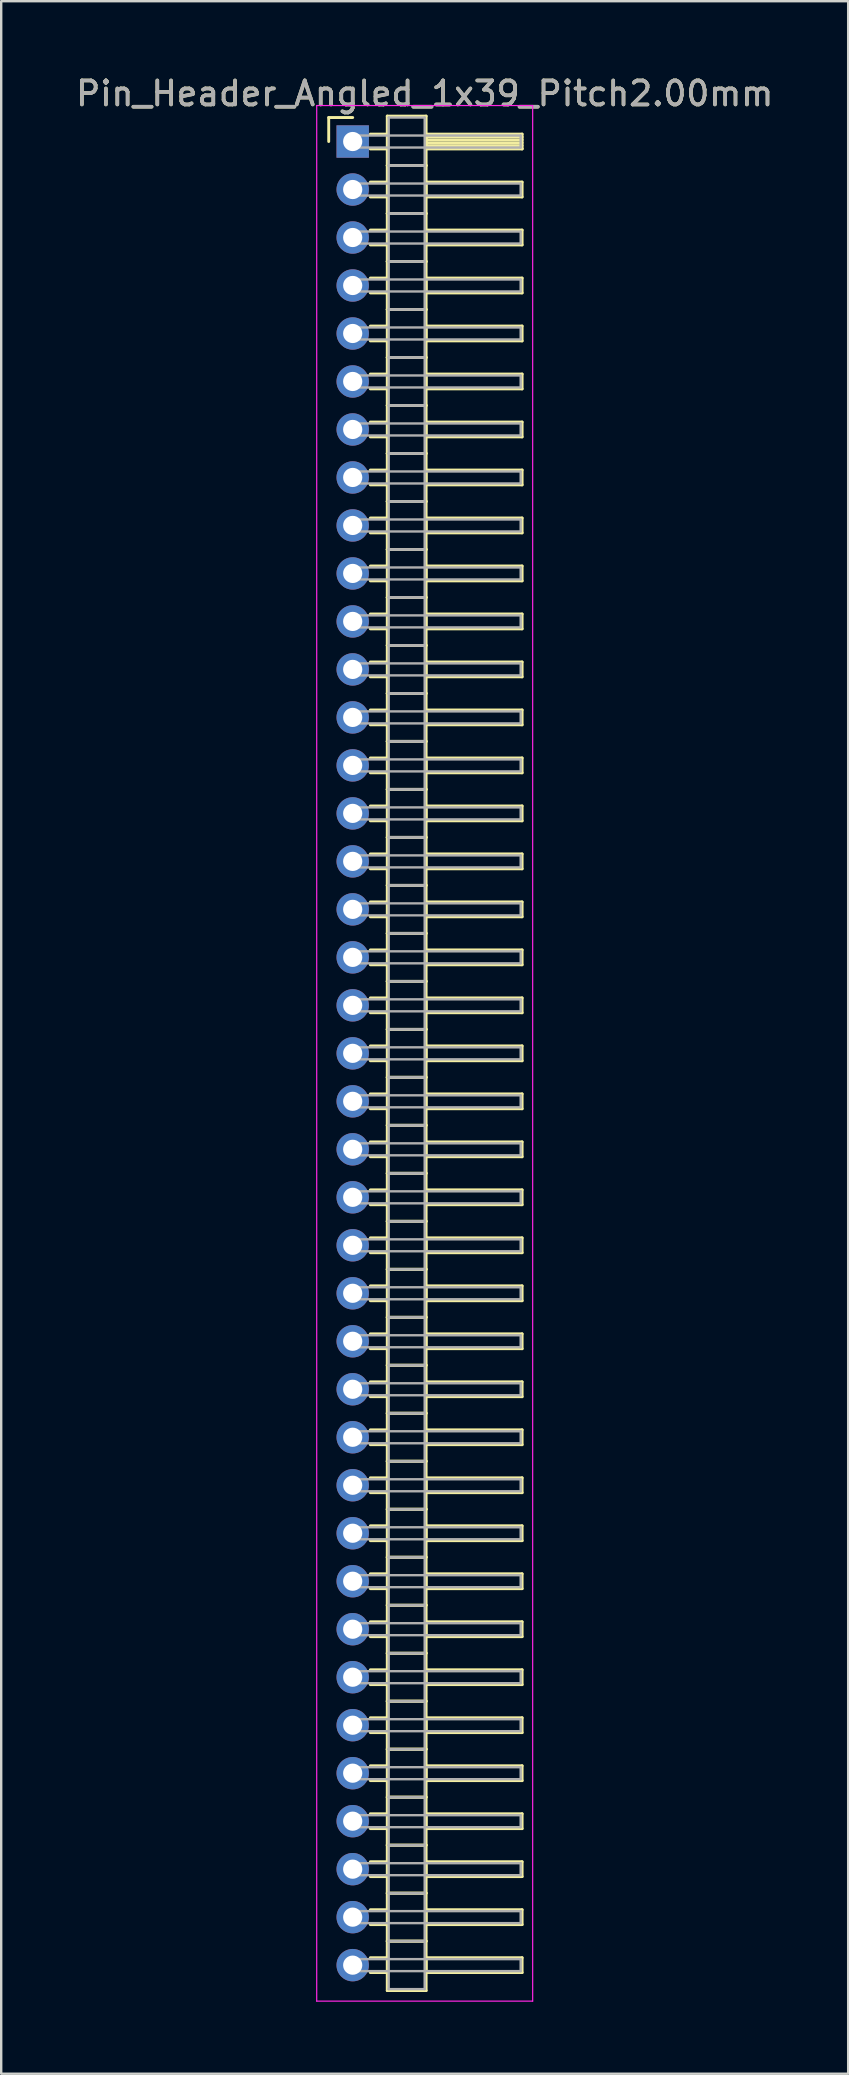
<source format=kicad_pcb>
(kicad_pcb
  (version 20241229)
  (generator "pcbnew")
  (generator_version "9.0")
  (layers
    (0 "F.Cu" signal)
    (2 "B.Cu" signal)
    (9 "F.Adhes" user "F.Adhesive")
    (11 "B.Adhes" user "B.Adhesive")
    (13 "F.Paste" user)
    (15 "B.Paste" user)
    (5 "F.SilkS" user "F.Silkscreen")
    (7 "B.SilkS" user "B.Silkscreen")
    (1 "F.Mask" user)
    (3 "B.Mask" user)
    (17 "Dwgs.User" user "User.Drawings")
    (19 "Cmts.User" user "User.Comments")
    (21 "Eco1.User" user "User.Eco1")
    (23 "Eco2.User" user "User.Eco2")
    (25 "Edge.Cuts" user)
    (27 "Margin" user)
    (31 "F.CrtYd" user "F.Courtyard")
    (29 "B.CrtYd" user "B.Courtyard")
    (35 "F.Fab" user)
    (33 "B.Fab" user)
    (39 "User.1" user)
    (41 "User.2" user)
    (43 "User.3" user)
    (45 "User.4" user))
  (footprint "Pin_Header_Angled_1x39_Pitch2.00mm"
    (layer "F.Cu")
    (at 11.649 2.848)
    (property "Reference" "Pin_Header_Angled_1x39_Pitch2.00mm" (at 3 -2 0) (layer "F.SilkS") (effects (font (size 1 1) (thickness 0.15))))
    (attr through_hole)
    (fp_line (start -1 -1) (end 0 -1) (stroke (width 0.12) (type solid)) (layer "F.SilkS"))
    (fp_line (start -1 0) (end -1 -1) (stroke (width 0.12) (type solid)) (layer "F.SilkS"))
    (fp_line (start 0.735 -0.31) (end 1.44 -0.31) (stroke (width 0.12) (type solid)) (layer "F.SilkS"))
    (fp_line (start 0.735 0.31) (end 1.44 0.31) (stroke (width 0.12) (type solid)) (layer "F.SilkS"))
    (fp_line (start 0.735 1.69) (end 1.44 1.69) (stroke (width 0.12) (type solid)) (layer "F.SilkS"))
    (fp_line (start 0.735 2.31) (end 1.44 2.31) (stroke (width 0.12) (type solid)) (layer "F.SilkS"))
    (fp_line (start 0.735 3.69) (end 1.44 3.69) (stroke (width 0.12) (type solid)) (layer "F.SilkS"))
    (fp_line (start 0.735 4.31) (end 1.44 4.31) (stroke (width 0.12) (type solid)) (layer "F.SilkS"))
    (fp_line (start 0.735 5.69) (end 1.44 5.69) (stroke (width 0.12) (type solid)) (layer "F.SilkS"))
    (fp_line (start 0.735 6.31) (end 1.44 6.31) (stroke (width 0.12) (type solid)) (layer "F.SilkS"))
    (fp_line (start 0.735 7.69) (end 1.44 7.69) (stroke (width 0.12) (type solid)) (layer "F.SilkS"))
    (fp_line (start 0.735 8.31) (end 1.44 8.31) (stroke (width 0.12) (type solid)) (layer "F.SilkS"))
    (fp_line (start 0.735 9.69) (end 1.44 9.69) (stroke (width 0.12) (type solid)) (layer "F.SilkS"))
    (fp_line (start 0.735 10.31) (end 1.44 10.31) (stroke (width 0.12) (type solid)) (layer "F.SilkS"))
    (fp_line (start 0.735 11.69) (end 1.44 11.69) (stroke (width 0.12) (type solid)) (layer "F.SilkS"))
    (fp_line (start 0.735 12.31) (end 1.44 12.31) (stroke (width 0.12) (type solid)) (layer "F.SilkS"))
    (fp_line (start 0.735 13.69) (end 1.44 13.69) (stroke (width 0.12) (type solid)) (layer "F.SilkS"))
    (fp_line (start 0.735 14.31) (end 1.44 14.31) (stroke (width 0.12) (type solid)) (layer "F.SilkS"))
    (fp_line (start 0.735 15.69) (end 1.44 15.69) (stroke (width 0.12) (type solid)) (layer "F.SilkS"))
    (fp_line (start 0.735 16.31) (end 1.44 16.31) (stroke (width 0.12) (type solid)) (layer "F.SilkS"))
    (fp_line (start 0.735 17.69) (end 1.44 17.69) (stroke (width 0.12) (type solid)) (layer "F.SilkS"))
    (fp_line (start 0.735 18.31) (end 1.44 18.31) (stroke (width 0.12) (type solid)) (layer "F.SilkS"))
    (fp_line (start 0.735 19.69) (end 1.44 19.69) (stroke (width 0.12) (type solid)) (layer "F.SilkS"))
    (fp_line (start 0.735 20.31) (end 1.44 20.31) (stroke (width 0.12) (type solid)) (layer "F.SilkS"))
    (fp_line (start 0.735 21.69) (end 1.44 21.69) (stroke (width 0.12) (type solid)) (layer "F.SilkS"))
    (fp_line (start 0.735 22.31) (end 1.44 22.31) (stroke (width 0.12) (type solid)) (layer "F.SilkS"))
    (fp_line (start 0.735 23.69) (end 1.44 23.69) (stroke (width 0.12) (type solid)) (layer "F.SilkS"))
    (fp_line (start 0.735 24.31) (end 1.44 24.31) (stroke (width 0.12) (type solid)) (layer "F.SilkS"))
    (fp_line (start 0.735 25.69) (end 1.44 25.69) (stroke (width 0.12) (type solid)) (layer "F.SilkS"))
    (fp_line (start 0.735 26.31) (end 1.44 26.31) (stroke (width 0.12) (type solid)) (layer "F.SilkS"))
    (fp_line (start 0.735 27.69) (end 1.44 27.69) (stroke (width 0.12) (type solid)) (layer "F.SilkS"))
    (fp_line (start 0.735 28.31) (end 1.44 28.31) (stroke (width 0.12) (type solid)) (layer "F.SilkS"))
    (fp_line (start 0.735 29.69) (end 1.44 29.69) (stroke (width 0.12) (type solid)) (layer "F.SilkS"))
    (fp_line (start 0.735 30.31) (end 1.44 30.31) (stroke (width 0.12) (type solid)) (layer "F.SilkS"))
    (fp_line (start 0.735 31.69) (end 1.44 31.69) (stroke (width 0.12) (type solid)) (layer "F.SilkS"))
    (fp_line (start 0.735 32.31) (end 1.44 32.31) (stroke (width 0.12) (type solid)) (layer "F.SilkS"))
    (fp_line (start 0.735 33.69) (end 1.44 33.69) (stroke (width 0.12) (type solid)) (layer "F.SilkS"))
    (fp_line (start 0.735 34.31) (end 1.44 34.31) (stroke (width 0.12) (type solid)) (layer "F.SilkS"))
    (fp_line (start 0.735 35.69) (end 1.44 35.69) (stroke (width 0.12) (type solid)) (layer "F.SilkS"))
    (fp_line (start 0.735 36.31) (end 1.44 36.31) (stroke (width 0.12) (type solid)) (layer "F.SilkS"))
    (fp_line (start 0.735 37.69) (end 1.44 37.69) (stroke (width 0.12) (type solid)) (layer "F.SilkS"))
    (fp_line (start 0.735 38.31) (end 1.44 38.31) (stroke (width 0.12) (type solid)) (layer "F.SilkS"))
    (fp_line (start 0.735 39.69) (end 1.44 39.69) (stroke (width 0.12) (type solid)) (layer "F.SilkS"))
    (fp_line (start 0.735 40.31) (end 1.44 40.31) (stroke (width 0.12) (type solid)) (layer "F.SilkS"))
    (fp_line (start 0.735 41.69) (end 1.44 41.69) (stroke (width 0.12) (type solid)) (layer "F.SilkS"))
    (fp_line (start 0.735 42.31) (end 1.44 42.31) (stroke (width 0.12) (type solid)) (layer "F.SilkS"))
    (fp_line (start 0.735 43.69) (end 1.44 43.69) (stroke (width 0.12) (type solid)) (layer "F.SilkS"))
    (fp_line (start 0.735 44.31) (end 1.44 44.31) (stroke (width 0.12) (type solid)) (layer "F.SilkS"))
    (fp_line (start 0.735 45.69) (end 1.44 45.69) (stroke (width 0.12) (type solid)) (layer "F.SilkS"))
    (fp_line (start 0.735 46.31) (end 1.44 46.31) (stroke (width 0.12) (type solid)) (layer "F.SilkS"))
    (fp_line (start 0.735 47.69) (end 1.44 47.69) (stroke (width 0.12) (type solid)) (layer "F.SilkS"))
    (fp_line (start 0.735 48.31) (end 1.44 48.31) (stroke (width 0.12) (type solid)) (layer "F.SilkS"))
    (fp_line (start 0.735 49.69) (end 1.44 49.69) (stroke (width 0.12) (type solid)) (layer "F.SilkS"))
    (fp_line (start 0.735 50.31) (end 1.44 50.31) (stroke (width 0.12) (type solid)) (layer "F.SilkS"))
    (fp_line (start 0.735 51.69) (end 1.44 51.69) (stroke (width 0.12) (type solid)) (layer "F.SilkS"))
    (fp_line (start 0.735 52.31) (end 1.44 52.31) (stroke (width 0.12) (type solid)) (layer "F.SilkS"))
    (fp_line (start 0.735 53.69) (end 1.44 53.69) (stroke (width 0.12) (type solid)) (layer "F.SilkS"))
    (fp_line (start 0.735 54.31) (end 1.44 54.31) (stroke (width 0.12) (type solid)) (layer "F.SilkS"))
    (fp_line (start 0.735 55.69) (end 1.44 55.69) (stroke (width 0.12) (type solid)) (layer "F.SilkS"))
    (fp_line (start 0.735 56.31) (end 1.44 56.31) (stroke (width 0.12) (type solid)) (layer "F.SilkS"))
    (fp_line (start 0.735 57.69) (end 1.44 57.69) (stroke (width 0.12) (type solid)) (layer "F.SilkS"))
    (fp_line (start 0.735 58.31) (end 1.44 58.31) (stroke (width 0.12) (type solid)) (layer "F.SilkS"))
    (fp_line (start 0.735 59.69) (end 1.44 59.69) (stroke (width 0.12) (type solid)) (layer "F.SilkS"))
    (fp_line (start 0.735 60.31) (end 1.44 60.31) (stroke (width 0.12) (type solid)) (layer "F.SilkS"))
    (fp_line (start 0.735 61.69) (end 1.44 61.69) (stroke (width 0.12) (type solid)) (layer "F.SilkS"))
    (fp_line (start 0.735 62.31) (end 1.44 62.31) (stroke (width 0.12) (type solid)) (layer "F.SilkS"))
    (fp_line (start 0.735 63.69) (end 1.44 63.69) (stroke (width 0.12) (type solid)) (layer "F.SilkS"))
    (fp_line (start 0.735 64.31) (end 1.44 64.31) (stroke (width 0.12) (type solid)) (layer "F.SilkS"))
    (fp_line (start 0.735 65.69) (end 1.44 65.69) (stroke (width 0.12) (type solid)) (layer "F.SilkS"))
    (fp_line (start 0.735 66.31) (end 1.44 66.31) (stroke (width 0.12) (type solid)) (layer "F.SilkS"))
    (fp_line (start 0.735 67.69) (end 1.44 67.69) (stroke (width 0.12) (type solid)) (layer "F.SilkS"))
    (fp_line (start 0.735 68.31) (end 1.44 68.31) (stroke (width 0.12) (type solid)) (layer "F.SilkS"))
    (fp_line (start 0.735 69.69) (end 1.44 69.69) (stroke (width 0.12) (type solid)) (layer "F.SilkS"))
    (fp_line (start 0.735 70.31) (end 1.44 70.31) (stroke (width 0.12) (type solid)) (layer "F.SilkS"))
    (fp_line (start 0.735 71.69) (end 1.44 71.69) (stroke (width 0.12) (type solid)) (layer "F.SilkS"))
    (fp_line (start 0.735 72.31) (end 1.44 72.31) (stroke (width 0.12) (type solid)) (layer "F.SilkS"))
    (fp_line (start 0.735 73.69) (end 1.44 73.69) (stroke (width 0.12) (type solid)) (layer "F.SilkS"))
    (fp_line (start 0.735 74.31) (end 1.44 74.31) (stroke (width 0.12) (type solid)) (layer "F.SilkS"))
    (fp_line (start 0.735 75.69) (end 1.44 75.69) (stroke (width 0.12) (type solid)) (layer "F.SilkS"))
    (fp_line (start 0.735 76.31) (end 1.44 76.31) (stroke (width 0.12) (type solid)) (layer "F.SilkS"))
    (fp_line (start 1.44 -1.06) (end 1.44 1) (stroke (width 0.12) (type solid)) (layer "F.SilkS"))
    (fp_line (start 1.44 1) (end 1.44 3) (stroke (width 0.12) (type solid)) (layer "F.SilkS"))
    (fp_line (start 1.44 1) (end 3.06 1) (stroke (width 0.12) (type solid)) (layer "F.SilkS"))
    (fp_line (start 1.44 3) (end 1.44 5) (stroke (width 0.12) (type solid)) (layer "F.SilkS"))
    (fp_line (start 1.44 3) (end 3.06 3) (stroke (width 0.12) (type solid)) (layer "F.SilkS"))
    (fp_line (start 1.44 5) (end 1.44 7) (stroke (width 0.12) (type solid)) (layer "F.SilkS"))
    (fp_line (start 1.44 5) (end 3.06 5) (stroke (width 0.12) (type solid)) (layer "F.SilkS"))
    (fp_line (start 1.44 7) (end 1.44 9) (stroke (width 0.12) (type solid)) (layer "F.SilkS"))
    (fp_line (start 1.44 7) (end 3.06 7) (stroke (width 0.12) (type solid)) (layer "F.SilkS"))
    (fp_line (start 1.44 9) (end 1.44 11) (stroke (width 0.12) (type solid)) (layer "F.SilkS"))
    (fp_line (start 1.44 9) (end 3.06 9) (stroke (width 0.12) (type solid)) (layer "F.SilkS"))
    (fp_line (start 1.44 11) (end 1.44 13) (stroke (width 0.12) (type solid)) (layer "F.SilkS"))
    (fp_line (start 1.44 11) (end 3.06 11) (stroke (width 0.12) (type solid)) (layer "F.SilkS"))
    (fp_line (start 1.44 13) (end 1.44 15) (stroke (width 0.12) (type solid)) (layer "F.SilkS"))
    (fp_line (start 1.44 13) (end 3.06 13) (stroke (width 0.12) (type solid)) (layer "F.SilkS"))
    (fp_line (start 1.44 15) (end 1.44 17) (stroke (width 0.12) (type solid)) (layer "F.SilkS"))
    (fp_line (start 1.44 15) (end 3.06 15) (stroke (width 0.12) (type solid)) (layer "F.SilkS"))
    (fp_line (start 1.44 17) (end 1.44 19) (stroke (width 0.12) (type solid)) (layer "F.SilkS"))
    (fp_line (start 1.44 17) (end 3.06 17) (stroke (width 0.12) (type solid)) (layer "F.SilkS"))
    (fp_line (start 1.44 19) (end 1.44 21) (stroke (width 0.12) (type solid)) (layer "F.SilkS"))
    (fp_line (start 1.44 19) (end 3.06 19) (stroke (width 0.12) (type solid)) (layer "F.SilkS"))
    (fp_line (start 1.44 21) (end 1.44 23) (stroke (width 0.12) (type solid)) (layer "F.SilkS"))
    (fp_line (start 1.44 21) (end 3.06 21) (stroke (width 0.12) (type solid)) (layer "F.SilkS"))
    (fp_line (start 1.44 23) (end 1.44 25) (stroke (width 0.12) (type solid)) (layer "F.SilkS"))
    (fp_line (start 1.44 23) (end 3.06 23) (stroke (width 0.12) (type solid)) (layer "F.SilkS"))
    (fp_line (start 1.44 25) (end 1.44 27) (stroke (width 0.12) (type solid)) (layer "F.SilkS"))
    (fp_line (start 1.44 25) (end 3.06 25) (stroke (width 0.12) (type solid)) (layer "F.SilkS"))
    (fp_line (start 1.44 27) (end 1.44 29) (stroke (width 0.12) (type solid)) (layer "F.SilkS"))
    (fp_line (start 1.44 27) (end 3.06 27) (stroke (width 0.12) (type solid)) (layer "F.SilkS"))
    (fp_line (start 1.44 29) (end 1.44 31) (stroke (width 0.12) (type solid)) (layer "F.SilkS"))
    (fp_line (start 1.44 29) (end 3.06 29) (stroke (width 0.12) (type solid)) (layer "F.SilkS"))
    (fp_line (start 1.44 31) (end 1.44 33) (stroke (width 0.12) (type solid)) (layer "F.SilkS"))
    (fp_line (start 1.44 31) (end 3.06 31) (stroke (width 0.12) (type solid)) (layer "F.SilkS"))
    (fp_line (start 1.44 33) (end 1.44 35) (stroke (width 0.12) (type solid)) (layer "F.SilkS"))
    (fp_line (start 1.44 33) (end 3.06 33) (stroke (width 0.12) (type solid)) (layer "F.SilkS"))
    (fp_line (start 1.44 35) (end 1.44 37) (stroke (width 0.12) (type solid)) (layer "F.SilkS"))
    (fp_line (start 1.44 35) (end 3.06 35) (stroke (width 0.12) (type solid)) (layer "F.SilkS"))
    (fp_line (start 1.44 37) (end 1.44 39) (stroke (width 0.12) (type solid)) (layer "F.SilkS"))
    (fp_line (start 1.44 37) (end 3.06 37) (stroke (width 0.12) (type solid)) (layer "F.SilkS"))
    (fp_line (start 1.44 39) (end 1.44 41) (stroke (width 0.12) (type solid)) (layer "F.SilkS"))
    (fp_line (start 1.44 39) (end 3.06 39) (stroke (width 0.12) (type solid)) (layer "F.SilkS"))
    (fp_line (start 1.44 41) (end 1.44 43) (stroke (width 0.12) (type solid)) (layer "F.SilkS"))
    (fp_line (start 1.44 41) (end 3.06 41) (stroke (width 0.12) (type solid)) (layer "F.SilkS"))
    (fp_line (start 1.44 43) (end 1.44 45) (stroke (width 0.12) (type solid)) (layer "F.SilkS"))
    (fp_line (start 1.44 43) (end 3.06 43) (stroke (width 0.12) (type solid)) (layer "F.SilkS"))
    (fp_line (start 1.44 45) (end 1.44 47) (stroke (width 0.12) (type solid)) (layer "F.SilkS"))
    (fp_line (start 1.44 45) (end 3.06 45) (stroke (width 0.12) (type solid)) (layer "F.SilkS"))
    (fp_line (start 1.44 47) (end 1.44 49) (stroke (width 0.12) (type solid)) (layer "F.SilkS"))
    (fp_line (start 1.44 47) (end 3.06 47) (stroke (width 0.12) (type solid)) (layer "F.SilkS"))
    (fp_line (start 1.44 49) (end 1.44 51) (stroke (width 0.12) (type solid)) (layer "F.SilkS"))
    (fp_line (start 1.44 49) (end 3.06 49) (stroke (width 0.12) (type solid)) (layer "F.SilkS"))
    (fp_line (start 1.44 51) (end 1.44 53) (stroke (width 0.12) (type solid)) (layer "F.SilkS"))
    (fp_line (start 1.44 51) (end 3.06 51) (stroke (width 0.12) (type solid)) (layer "F.SilkS"))
    (fp_line (start 1.44 53) (end 1.44 55) (stroke (width 0.12) (type solid)) (layer "F.SilkS"))
    (fp_line (start 1.44 53) (end 3.06 53) (stroke (width 0.12) (type solid)) (layer "F.SilkS"))
    (fp_line (start 1.44 55) (end 1.44 57) (stroke (width 0.12) (type solid)) (layer "F.SilkS"))
    (fp_line (start 1.44 55) (end 3.06 55) (stroke (width 0.12) (type solid)) (layer "F.SilkS"))
    (fp_line (start 1.44 57) (end 1.44 59) (stroke (width 0.12) (type solid)) (layer "F.SilkS"))
    (fp_line (start 1.44 57) (end 3.06 57) (stroke (width 0.12) (type solid)) (layer "F.SilkS"))
    (fp_line (start 1.44 59) (end 1.44 61) (stroke (width 0.12) (type solid)) (layer "F.SilkS"))
    (fp_line (start 1.44 59) (end 3.06 59) (stroke (width 0.12) (type solid)) (layer "F.SilkS"))
    (fp_line (start 1.44 61) (end 1.44 63) (stroke (width 0.12) (type solid)) (layer "F.SilkS"))
    (fp_line (start 1.44 61) (end 3.06 61) (stroke (width 0.12) (type solid)) (layer "F.SilkS"))
    (fp_line (start 1.44 63) (end 1.44 65) (stroke (width 0.12) (type solid)) (layer "F.SilkS"))
    (fp_line (start 1.44 63) (end 3.06 63) (stroke (width 0.12) (type solid)) (layer "F.SilkS"))
    (fp_line (start 1.44 65) (end 1.44 67) (stroke (width 0.12) (type solid)) (layer "F.SilkS"))
    (fp_line (start 1.44 65) (end 3.06 65) (stroke (width 0.12) (type solid)) (layer "F.SilkS"))
    (fp_line (start 1.44 67) (end 1.44 69) (stroke (width 0.12) (type solid)) (layer "F.SilkS"))
    (fp_line (start 1.44 67) (end 3.06 67) (stroke (width 0.12) (type solid)) (layer "F.SilkS"))
    (fp_line (start 1.44 69) (end 1.44 71) (stroke (width 0.12) (type solid)) (layer "F.SilkS"))
    (fp_line (start 1.44 69) (end 3.06 69) (stroke (width 0.12) (type solid)) (layer "F.SilkS"))
    (fp_line (start 1.44 71) (end 1.44 73) (stroke (width 0.12) (type solid)) (layer "F.SilkS"))
    (fp_line (start 1.44 71) (end 3.06 71) (stroke (width 0.12) (type solid)) (layer "F.SilkS"))
    (fp_line (start 1.44 73) (end 1.44 75) (stroke (width 0.12) (type solid)) (layer "F.SilkS"))
    (fp_line (start 1.44 73) (end 3.06 73) (stroke (width 0.12) (type solid)) (layer "F.SilkS"))
    (fp_line (start 1.44 75) (end 1.44 77.06) (stroke (width 0.12) (type solid)) (layer "F.SilkS"))
    (fp_line (start 1.44 75) (end 3.06 75) (stroke (width 0.12) (type solid)) (layer "F.SilkS"))
    (fp_line (start 1.44 77.06) (end 3.06 77.06) (stroke (width 0.12) (type solid)) (layer "F.SilkS"))
    (fp_line (start 3.06 -1.06) (end 1.44 -1.06) (stroke (width 0.12) (type solid)) (layer "F.SilkS"))
    (fp_line (start 3.06 -0.31) (end 3.06 0.31) (stroke (width 0.12) (type solid)) (layer "F.SilkS"))
    (fp_line (start 3.06 -0.19) (end 7.06 -0.19) (stroke (width 0.12) (type solid)) (layer "F.SilkS"))
    (fp_line (start 3.06 -0.07) (end 7.06 -0.07) (stroke (width 0.12) (type solid)) (layer "F.SilkS"))
    (fp_line (start 3.06 0.05) (end 7.06 0.05) (stroke (width 0.12) (type solid)) (layer "F.SilkS"))
    (fp_line (start 3.06 0.17) (end 7.06 0.17) (stroke (width 0.12) (type solid)) (layer "F.SilkS"))
    (fp_line (start 3.06 0.29) (end 7.06 0.29) (stroke (width 0.12) (type solid)) (layer "F.SilkS"))
    (fp_line (start 3.06 0.31) (end 7.06 0.31) (stroke (width 0.12) (type solid)) (layer "F.SilkS"))
    (fp_line (start 3.06 1) (end 1.44 1) (stroke (width 0.12) (type solid)) (layer "F.SilkS"))
    (fp_line (start 3.06 1) (end 3.06 -1.06) (stroke (width 0.12) (type solid)) (layer "F.SilkS"))
    (fp_line (start 3.06 1.69) (end 3.06 2.31) (stroke (width 0.12) (type solid)) (layer "F.SilkS"))
    (fp_line (start 3.06 2.31) (end 7.06 2.31) (stroke (width 0.12) (type solid)) (layer "F.SilkS"))
    (fp_line (start 3.06 3) (end 1.44 3) (stroke (width 0.12) (type solid)) (layer "F.SilkS"))
    (fp_line (start 3.06 3) (end 3.06 1) (stroke (width 0.12) (type solid)) (layer "F.SilkS"))
    (fp_line (start 3.06 3.69) (end 3.06 4.31) (stroke (width 0.12) (type solid)) (layer "F.SilkS"))
    (fp_line (start 3.06 4.31) (end 7.06 4.31) (stroke (width 0.12) (type solid)) (layer "F.SilkS"))
    (fp_line (start 3.06 5) (end 1.44 5) (stroke (width 0.12) (type solid)) (layer "F.SilkS"))
    (fp_line (start 3.06 5) (end 3.06 3) (stroke (width 0.12) (type solid)) (layer "F.SilkS"))
    (fp_line (start 3.06 5.69) (end 3.06 6.31) (stroke (width 0.12) (type solid)) (layer "F.SilkS"))
    (fp_line (start 3.06 6.31) (end 7.06 6.31) (stroke (width 0.12) (type solid)) (layer "F.SilkS"))
    (fp_line (start 3.06 7) (end 1.44 7) (stroke (width 0.12) (type solid)) (layer "F.SilkS"))
    (fp_line (start 3.06 7) (end 3.06 5) (stroke (width 0.12) (type solid)) (layer "F.SilkS"))
    (fp_line (start 3.06 7.69) (end 3.06 8.31) (stroke (width 0.12) (type solid)) (layer "F.SilkS"))
    (fp_line (start 3.06 8.31) (end 7.06 8.31) (stroke (width 0.12) (type solid)) (layer "F.SilkS"))
    (fp_line (start 3.06 9) (end 1.44 9) (stroke (width 0.12) (type solid)) (layer "F.SilkS"))
    (fp_line (start 3.06 9) (end 3.06 7) (stroke (width 0.12) (type solid)) (layer "F.SilkS"))
    (fp_line (start 3.06 9.69) (end 3.06 10.31) (stroke (width 0.12) (type solid)) (layer "F.SilkS"))
    (fp_line (start 3.06 10.31) (end 7.06 10.31) (stroke (width 0.12) (type solid)) (layer "F.SilkS"))
    (fp_line (start 3.06 11) (end 1.44 11) (stroke (width 0.12) (type solid)) (layer "F.SilkS"))
    (fp_line (start 3.06 11) (end 3.06 9) (stroke (width 0.12) (type solid)) (layer "F.SilkS"))
    (fp_line (start 3.06 11.69) (end 3.06 12.31) (stroke (width 0.12) (type solid)) (layer "F.SilkS"))
    (fp_line (start 3.06 12.31) (end 7.06 12.31) (stroke (width 0.12) (type solid)) (layer "F.SilkS"))
    (fp_line (start 3.06 13) (end 1.44 13) (stroke (width 0.12) (type solid)) (layer "F.SilkS"))
    (fp_line (start 3.06 13) (end 3.06 11) (stroke (width 0.12) (type solid)) (layer "F.SilkS"))
    (fp_line (start 3.06 13.69) (end 3.06 14.31) (stroke (width 0.12) (type solid)) (layer "F.SilkS"))
    (fp_line (start 3.06 14.31) (end 7.06 14.31) (stroke (width 0.12) (type solid)) (layer "F.SilkS"))
    (fp_line (start 3.06 15) (end 1.44 15) (stroke (width 0.12) (type solid)) (layer "F.SilkS"))
    (fp_line (start 3.06 15) (end 3.06 13) (stroke (width 0.12) (type solid)) (layer "F.SilkS"))
    (fp_line (start 3.06 15.69) (end 3.06 16.31) (stroke (width 0.12) (type solid)) (layer "F.SilkS"))
    (fp_line (start 3.06 16.31) (end 7.06 16.31) (stroke (width 0.12) (type solid)) (layer "F.SilkS"))
    (fp_line (start 3.06 17) (end 1.44 17) (stroke (width 0.12) (type solid)) (layer "F.SilkS"))
    (fp_line (start 3.06 17) (end 3.06 15) (stroke (width 0.12) (type solid)) (layer "F.SilkS"))
    (fp_line (start 3.06 17.69) (end 3.06 18.31) (stroke (width 0.12) (type solid)) (layer "F.SilkS"))
    (fp_line (start 3.06 18.31) (end 7.06 18.31) (stroke (width 0.12) (type solid)) (layer "F.SilkS"))
    (fp_line (start 3.06 19) (end 1.44 19) (stroke (width 0.12) (type solid)) (layer "F.SilkS"))
    (fp_line (start 3.06 19) (end 3.06 17) (stroke (width 0.12) (type solid)) (layer "F.SilkS"))
    (fp_line (start 3.06 19.69) (end 3.06 20.31) (stroke (width 0.12) (type solid)) (layer "F.SilkS"))
    (fp_line (start 3.06 20.31) (end 7.06 20.31) (stroke (width 0.12) (type solid)) (layer "F.SilkS"))
    (fp_line (start 3.06 21) (end 1.44 21) (stroke (width 0.12) (type solid)) (layer "F.SilkS"))
    (fp_line (start 3.06 21) (end 3.06 19) (stroke (width 0.12) (type solid)) (layer "F.SilkS"))
    (fp_line (start 3.06 21.69) (end 3.06 22.31) (stroke (width 0.12) (type solid)) (layer "F.SilkS"))
    (fp_line (start 3.06 22.31) (end 7.06 22.31) (stroke (width 0.12) (type solid)) (layer "F.SilkS"))
    (fp_line (start 3.06 23) (end 1.44 23) (stroke (width 0.12) (type solid)) (layer "F.SilkS"))
    (fp_line (start 3.06 23) (end 3.06 21) (stroke (width 0.12) (type solid)) (layer "F.SilkS"))
    (fp_line (start 3.06 23.69) (end 3.06 24.31) (stroke (width 0.12) (type solid)) (layer "F.SilkS"))
    (fp_line (start 3.06 24.31) (end 7.06 24.31) (stroke (width 0.12) (type solid)) (layer "F.SilkS"))
    (fp_line (start 3.06 25) (end 1.44 25) (stroke (width 0.12) (type solid)) (layer "F.SilkS"))
    (fp_line (start 3.06 25) (end 3.06 23) (stroke (width 0.12) (type solid)) (layer "F.SilkS"))
    (fp_line (start 3.06 25.69) (end 3.06 26.31) (stroke (width 0.12) (type solid)) (layer "F.SilkS"))
    (fp_line (start 3.06 26.31) (end 7.06 26.31) (stroke (width 0.12) (type solid)) (layer "F.SilkS"))
    (fp_line (start 3.06 27) (end 1.44 27) (stroke (width 0.12) (type solid)) (layer "F.SilkS"))
    (fp_line (start 3.06 27) (end 3.06 25) (stroke (width 0.12) (type solid)) (layer "F.SilkS"))
    (fp_line (start 3.06 27.69) (end 3.06 28.31) (stroke (width 0.12) (type solid)) (layer "F.SilkS"))
    (fp_line (start 3.06 28.31) (end 7.06 28.31) (stroke (width 0.12) (type solid)) (layer "F.SilkS"))
    (fp_line (start 3.06 29) (end 1.44 29) (stroke (width 0.12) (type solid)) (layer "F.SilkS"))
    (fp_line (start 3.06 29) (end 3.06 27) (stroke (width 0.12) (type solid)) (layer "F.SilkS"))
    (fp_line (start 3.06 29.69) (end 3.06 30.31) (stroke (width 0.12) (type solid)) (layer "F.SilkS"))
    (fp_line (start 3.06 30.31) (end 7.06 30.31) (stroke (width 0.12) (type solid)) (layer "F.SilkS"))
    (fp_line (start 3.06 31) (end 1.44 31) (stroke (width 0.12) (type solid)) (layer "F.SilkS"))
    (fp_line (start 3.06 31) (end 3.06 29) (stroke (width 0.12) (type solid)) (layer "F.SilkS"))
    (fp_line (start 3.06 31.69) (end 3.06 32.31) (stroke (width 0.12) (type solid)) (layer "F.SilkS"))
    (fp_line (start 3.06 32.31) (end 7.06 32.31) (stroke (width 0.12) (type solid)) (layer "F.SilkS"))
    (fp_line (start 3.06 33) (end 1.44 33) (stroke (width 0.12) (type solid)) (layer "F.SilkS"))
    (fp_line (start 3.06 33) (end 3.06 31) (stroke (width 0.12) (type solid)) (layer "F.SilkS"))
    (fp_line (start 3.06 33.69) (end 3.06 34.31) (stroke (width 0.12) (type solid)) (layer "F.SilkS"))
    (fp_line (start 3.06 34.31) (end 7.06 34.31) (stroke (width 0.12) (type solid)) (layer "F.SilkS"))
    (fp_line (start 3.06 35) (end 1.44 35) (stroke (width 0.12) (type solid)) (layer "F.SilkS"))
    (fp_line (start 3.06 35) (end 3.06 33) (stroke (width 0.12) (type solid)) (layer "F.SilkS"))
    (fp_line (start 3.06 35.69) (end 3.06 36.31) (stroke (width 0.12) (type solid)) (layer "F.SilkS"))
    (fp_line (start 3.06 36.31) (end 7.06 36.31) (stroke (width 0.12) (type solid)) (layer "F.SilkS"))
    (fp_line (start 3.06 37) (end 1.44 37) (stroke (width 0.12) (type solid)) (layer "F.SilkS"))
    (fp_line (start 3.06 37) (end 3.06 35) (stroke (width 0.12) (type solid)) (layer "F.SilkS"))
    (fp_line (start 3.06 37.69) (end 3.06 38.31) (stroke (width 0.12) (type solid)) (layer "F.SilkS"))
    (fp_line (start 3.06 38.31) (end 7.06 38.31) (stroke (width 0.12) (type solid)) (layer "F.SilkS"))
    (fp_line (start 3.06 39) (end 1.44 39) (stroke (width 0.12) (type solid)) (layer "F.SilkS"))
    (fp_line (start 3.06 39) (end 3.06 37) (stroke (width 0.12) (type solid)) (layer "F.SilkS"))
    (fp_line (start 3.06 39.69) (end 3.06 40.31) (stroke (width 0.12) (type solid)) (layer "F.SilkS"))
    (fp_line (start 3.06 40.31) (end 7.06 40.31) (stroke (width 0.12) (type solid)) (layer "F.SilkS"))
    (fp_line (start 3.06 41) (end 1.44 41) (stroke (width 0.12) (type solid)) (layer "F.SilkS"))
    (fp_line (start 3.06 41) (end 3.06 39) (stroke (width 0.12) (type solid)) (layer "F.SilkS"))
    (fp_line (start 3.06 41.69) (end 3.06 42.31) (stroke (width 0.12) (type solid)) (layer "F.SilkS"))
    (fp_line (start 3.06 42.31) (end 7.06 42.31) (stroke (width 0.12) (type solid)) (layer "F.SilkS"))
    (fp_line (start 3.06 43) (end 1.44 43) (stroke (width 0.12) (type solid)) (layer "F.SilkS"))
    (fp_line (start 3.06 43) (end 3.06 41) (stroke (width 0.12) (type solid)) (layer "F.SilkS"))
    (fp_line (start 3.06 43.69) (end 3.06 44.31) (stroke (width 0.12) (type solid)) (layer "F.SilkS"))
    (fp_line (start 3.06 44.31) (end 7.06 44.31) (stroke (width 0.12) (type solid)) (layer "F.SilkS"))
    (fp_line (start 3.06 45) (end 1.44 45) (stroke (width 0.12) (type solid)) (layer "F.SilkS"))
    (fp_line (start 3.06 45) (end 3.06 43) (stroke (width 0.12) (type solid)) (layer "F.SilkS"))
    (fp_line (start 3.06 45.69) (end 3.06 46.31) (stroke (width 0.12) (type solid)) (layer "F.SilkS"))
    (fp_line (start 3.06 46.31) (end 7.06 46.31) (stroke (width 0.12) (type solid)) (layer "F.SilkS"))
    (fp_line (start 3.06 47) (end 1.44 47) (stroke (width 0.12) (type solid)) (layer "F.SilkS"))
    (fp_line (start 3.06 47) (end 3.06 45) (stroke (width 0.12) (type solid)) (layer "F.SilkS"))
    (fp_line (start 3.06 47.69) (end 3.06 48.31) (stroke (width 0.12) (type solid)) (layer "F.SilkS"))
    (fp_line (start 3.06 48.31) (end 7.06 48.31) (stroke (width 0.12) (type solid)) (layer "F.SilkS"))
    (fp_line (start 3.06 49) (end 1.44 49) (stroke (width 0.12) (type solid)) (layer "F.SilkS"))
    (fp_line (start 3.06 49) (end 3.06 47) (stroke (width 0.12) (type solid)) (layer "F.SilkS"))
    (fp_line (start 3.06 49.69) (end 3.06 50.31) (stroke (width 0.12) (type solid)) (layer "F.SilkS"))
    (fp_line (start 3.06 50.31) (end 7.06 50.31) (stroke (width 0.12) (type solid)) (layer "F.SilkS"))
    (fp_line (start 3.06 51) (end 1.44 51) (stroke (width 0.12) (type solid)) (layer "F.SilkS"))
    (fp_line (start 3.06 51) (end 3.06 49) (stroke (width 0.12) (type solid)) (layer "F.SilkS"))
    (fp_line (start 3.06 51.69) (end 3.06 52.31) (stroke (width 0.12) (type solid)) (layer "F.SilkS"))
    (fp_line (start 3.06 52.31) (end 7.06 52.31) (stroke (width 0.12) (type solid)) (layer "F.SilkS"))
    (fp_line (start 3.06 53) (end 1.44 53) (stroke (width 0.12) (type solid)) (layer "F.SilkS"))
    (fp_line (start 3.06 53) (end 3.06 51) (stroke (width 0.12) (type solid)) (layer "F.SilkS"))
    (fp_line (start 3.06 53.69) (end 3.06 54.31) (stroke (width 0.12) (type solid)) (layer "F.SilkS"))
    (fp_line (start 3.06 54.31) (end 7.06 54.31) (stroke (width 0.12) (type solid)) (layer "F.SilkS"))
    (fp_line (start 3.06 55) (end 1.44 55) (stroke (width 0.12) (type solid)) (layer "F.SilkS"))
    (fp_line (start 3.06 55) (end 3.06 53) (stroke (width 0.12) (type solid)) (layer "F.SilkS"))
    (fp_line (start 3.06 55.69) (end 3.06 56.31) (stroke (width 0.12) (type solid)) (layer "F.SilkS"))
    (fp_line (start 3.06 56.31) (end 7.06 56.31) (stroke (width 0.12) (type solid)) (layer "F.SilkS"))
    (fp_line (start 3.06 57) (end 1.44 57) (stroke (width 0.12) (type solid)) (layer "F.SilkS"))
    (fp_line (start 3.06 57) (end 3.06 55) (stroke (width 0.12) (type solid)) (layer "F.SilkS"))
    (fp_line (start 3.06 57.69) (end 3.06 58.31) (stroke (width 0.12) (type solid)) (layer "F.SilkS"))
    (fp_line (start 3.06 58.31) (end 7.06 58.31) (stroke (width 0.12) (type solid)) (layer "F.SilkS"))
    (fp_line (start 3.06 59) (end 1.44 59) (stroke (width 0.12) (type solid)) (layer "F.SilkS"))
    (fp_line (start 3.06 59) (end 3.06 57) (stroke (width 0.12) (type solid)) (layer "F.SilkS"))
    (fp_line (start 3.06 59.69) (end 3.06 60.31) (stroke (width 0.12) (type solid)) (layer "F.SilkS"))
    (fp_line (start 3.06 60.31) (end 7.06 60.31) (stroke (width 0.12) (type solid)) (layer "F.SilkS"))
    (fp_line (start 3.06 61) (end 1.44 61) (stroke (width 0.12) (type solid)) (layer "F.SilkS"))
    (fp_line (start 3.06 61) (end 3.06 59) (stroke (width 0.12) (type solid)) (layer "F.SilkS"))
    (fp_line (start 3.06 61.69) (end 3.06 62.31) (stroke (width 0.12) (type solid)) (layer "F.SilkS"))
    (fp_line (start 3.06 62.31) (end 7.06 62.31) (stroke (width 0.12) (type solid)) (layer "F.SilkS"))
    (fp_line (start 3.06 63) (end 1.44 63) (stroke (width 0.12) (type solid)) (layer "F.SilkS"))
    (fp_line (start 3.06 63) (end 3.06 61) (stroke (width 0.12) (type solid)) (layer "F.SilkS"))
    (fp_line (start 3.06 63.69) (end 3.06 64.31) (stroke (width 0.12) (type solid)) (layer "F.SilkS"))
    (fp_line (start 3.06 64.31) (end 7.06 64.31) (stroke (width 0.12) (type solid)) (layer "F.SilkS"))
    (fp_line (start 3.06 65) (end 1.44 65) (stroke (width 0.12) (type solid)) (layer "F.SilkS"))
    (fp_line (start 3.06 65) (end 3.06 63) (stroke (width 0.12) (type solid)) (layer "F.SilkS"))
    (fp_line (start 3.06 65.69) (end 3.06 66.31) (stroke (width 0.12) (type solid)) (layer "F.SilkS"))
    (fp_line (start 3.06 66.31) (end 7.06 66.31) (stroke (width 0.12) (type solid)) (layer "F.SilkS"))
    (fp_line (start 3.06 67) (end 1.44 67) (stroke (width 0.12) (type solid)) (layer "F.SilkS"))
    (fp_line (start 3.06 67) (end 3.06 65) (stroke (width 0.12) (type solid)) (layer "F.SilkS"))
    (fp_line (start 3.06 67.69) (end 3.06 68.31) (stroke (width 0.12) (type solid)) (layer "F.SilkS"))
    (fp_line (start 3.06 68.31) (end 7.06 68.31) (stroke (width 0.12) (type solid)) (layer "F.SilkS"))
    (fp_line (start 3.06 69) (end 1.44 69) (stroke (width 0.12) (type solid)) (layer "F.SilkS"))
    (fp_line (start 3.06 69) (end 3.06 67) (stroke (width 0.12) (type solid)) (layer "F.SilkS"))
    (fp_line (start 3.06 69.69) (end 3.06 70.31) (stroke (width 0.12) (type solid)) (layer "F.SilkS"))
    (fp_line (start 3.06 70.31) (end 7.06 70.31) (stroke (width 0.12) (type solid)) (layer "F.SilkS"))
    (fp_line (start 3.06 71) (end 1.44 71) (stroke (width 0.12) (type solid)) (layer "F.SilkS"))
    (fp_line (start 3.06 71) (end 3.06 69) (stroke (width 0.12) (type solid)) (layer "F.SilkS"))
    (fp_line (start 3.06 71.69) (end 3.06 72.31) (stroke (width 0.12) (type solid)) (layer "F.SilkS"))
    (fp_line (start 3.06 72.31) (end 7.06 72.31) (stroke (width 0.12) (type solid)) (layer "F.SilkS"))
    (fp_line (start 3.06 73) (end 1.44 73) (stroke (width 0.12) (type solid)) (layer "F.SilkS"))
    (fp_line (start 3.06 73) (end 3.06 71) (stroke (width 0.12) (type solid)) (layer "F.SilkS"))
    (fp_line (start 3.06 73.69) (end 3.06 74.31) (stroke (width 0.12) (type solid)) (layer "F.SilkS"))
    (fp_line (start 3.06 74.31) (end 7.06 74.31) (stroke (width 0.12) (type solid)) (layer "F.SilkS"))
    (fp_line (start 3.06 75) (end 1.44 75) (stroke (width 0.12) (type solid)) (layer "F.SilkS"))
    (fp_line (start 3.06 75) (end 3.06 73) (stroke (width 0.12) (type solid)) (layer "F.SilkS"))
    (fp_line (start 3.06 75.69) (end 3.06 76.31) (stroke (width 0.12) (type solid)) (layer "F.SilkS"))
    (fp_line (start 3.06 76.31) (end 7.06 76.31) (stroke (width 0.12) (type solid)) (layer "F.SilkS"))
    (fp_line (start 3.06 77.06) (end 3.06 75) (stroke (width 0.12) (type solid)) (layer "F.SilkS"))
    (fp_line (start 7.06 -0.31) (end 3.06 -0.31) (stroke (width 0.12) (type solid)) (layer "F.SilkS"))
    (fp_line (start 7.06 0.31) (end 7.06 -0.31) (stroke (width 0.12) (type solid)) (layer "F.SilkS"))
    (fp_line (start 7.06 1.69) (end 3.06 1.69) (stroke (width 0.12) (type solid)) (layer "F.SilkS"))
    (fp_line (start 7.06 2.31) (end 7.06 1.69) (stroke (width 0.12) (type solid)) (layer "F.SilkS"))
    (fp_line (start 7.06 3.69) (end 3.06 3.69) (stroke (width 0.12) (type solid)) (layer "F.SilkS"))
    (fp_line (start 7.06 4.31) (end 7.06 3.69) (stroke (width 0.12) (type solid)) (layer "F.SilkS"))
    (fp_line (start 7.06 5.69) (end 3.06 5.69) (stroke (width 0.12) (type solid)) (layer "F.SilkS"))
    (fp_line (start 7.06 6.31) (end 7.06 5.69) (stroke (width 0.12) (type solid)) (layer "F.SilkS"))
    (fp_line (start 7.06 7.69) (end 3.06 7.69) (stroke (width 0.12) (type solid)) (layer "F.SilkS"))
    (fp_line (start 7.06 8.31) (end 7.06 7.69) (stroke (width 0.12) (type solid)) (layer "F.SilkS"))
    (fp_line (start 7.06 9.69) (end 3.06 9.69) (stroke (width 0.12) (type solid)) (layer "F.SilkS"))
    (fp_line (start 7.06 10.31) (end 7.06 9.69) (stroke (width 0.12) (type solid)) (layer "F.SilkS"))
    (fp_line (start 7.06 11.69) (end 3.06 11.69) (stroke (width 0.12) (type solid)) (layer "F.SilkS"))
    (fp_line (start 7.06 12.31) (end 7.06 11.69) (stroke (width 0.12) (type solid)) (layer "F.SilkS"))
    (fp_line (start 7.06 13.69) (end 3.06 13.69) (stroke (width 0.12) (type solid)) (layer "F.SilkS"))
    (fp_line (start 7.06 14.31) (end 7.06 13.69) (stroke (width 0.12) (type solid)) (layer "F.SilkS"))
    (fp_line (start 7.06 15.69) (end 3.06 15.69) (stroke (width 0.12) (type solid)) (layer "F.SilkS"))
    (fp_line (start 7.06 16.31) (end 7.06 15.69) (stroke (width 0.12) (type solid)) (layer "F.SilkS"))
    (fp_line (start 7.06 17.69) (end 3.06 17.69) (stroke (width 0.12) (type solid)) (layer "F.SilkS"))
    (fp_line (start 7.06 18.31) (end 7.06 17.69) (stroke (width 0.12) (type solid)) (layer "F.SilkS"))
    (fp_line (start 7.06 19.69) (end 3.06 19.69) (stroke (width 0.12) (type solid)) (layer "F.SilkS"))
    (fp_line (start 7.06 20.31) (end 7.06 19.69) (stroke (width 0.12) (type solid)) (layer "F.SilkS"))
    (fp_line (start 7.06 21.69) (end 3.06 21.69) (stroke (width 0.12) (type solid)) (layer "F.SilkS"))
    (fp_line (start 7.06 22.31) (end 7.06 21.69) (stroke (width 0.12) (type solid)) (layer "F.SilkS"))
    (fp_line (start 7.06 23.69) (end 3.06 23.69) (stroke (width 0.12) (type solid)) (layer "F.SilkS"))
    (fp_line (start 7.06 24.31) (end 7.06 23.69) (stroke (width 0.12) (type solid)) (layer "F.SilkS"))
    (fp_line (start 7.06 25.69) (end 3.06 25.69) (stroke (width 0.12) (type solid)) (layer "F.SilkS"))
    (fp_line (start 7.06 26.31) (end 7.06 25.69) (stroke (width 0.12) (type solid)) (layer "F.SilkS"))
    (fp_line (start 7.06 27.69) (end 3.06 27.69) (stroke (width 0.12) (type solid)) (layer "F.SilkS"))
    (fp_line (start 7.06 28.31) (end 7.06 27.69) (stroke (width 0.12) (type solid)) (layer "F.SilkS"))
    (fp_line (start 7.06 29.69) (end 3.06 29.69) (stroke (width 0.12) (type solid)) (layer "F.SilkS"))
    (fp_line (start 7.06 30.31) (end 7.06 29.69) (stroke (width 0.12) (type solid)) (layer "F.SilkS"))
    (fp_line (start 7.06 31.69) (end 3.06 31.69) (stroke (width 0.12) (type solid)) (layer "F.SilkS"))
    (fp_line (start 7.06 32.31) (end 7.06 31.69) (stroke (width 0.12) (type solid)) (layer "F.SilkS"))
    (fp_line (start 7.06 33.69) (end 3.06 33.69) (stroke (width 0.12) (type solid)) (layer "F.SilkS"))
    (fp_line (start 7.06 34.31) (end 7.06 33.69) (stroke (width 0.12) (type solid)) (layer "F.SilkS"))
    (fp_line (start 7.06 35.69) (end 3.06 35.69) (stroke (width 0.12) (type solid)) (layer "F.SilkS"))
    (fp_line (start 7.06 36.31) (end 7.06 35.69) (stroke (width 0.12) (type solid)) (layer "F.SilkS"))
    (fp_line (start 7.06 37.69) (end 3.06 37.69) (stroke (width 0.12) (type solid)) (layer "F.SilkS"))
    (fp_line (start 7.06 38.31) (end 7.06 37.69) (stroke (width 0.12) (type solid)) (layer "F.SilkS"))
    (fp_line (start 7.06 39.69) (end 3.06 39.69) (stroke (width 0.12) (type solid)) (layer "F.SilkS"))
    (fp_line (start 7.06 40.31) (end 7.06 39.69) (stroke (width 0.12) (type solid)) (layer "F.SilkS"))
    (fp_line (start 7.06 41.69) (end 3.06 41.69) (stroke (width 0.12) (type solid)) (layer "F.SilkS"))
    (fp_line (start 7.06 42.31) (end 7.06 41.69) (stroke (width 0.12) (type solid)) (layer "F.SilkS"))
    (fp_line (start 7.06 43.69) (end 3.06 43.69) (stroke (width 0.12) (type solid)) (layer "F.SilkS"))
    (fp_line (start 7.06 44.31) (end 7.06 43.69) (stroke (width 0.12) (type solid)) (layer "F.SilkS"))
    (fp_line (start 7.06 45.69) (end 3.06 45.69) (stroke (width 0.12) (type solid)) (layer "F.SilkS"))
    (fp_line (start 7.06 46.31) (end 7.06 45.69) (stroke (width 0.12) (type solid)) (layer "F.SilkS"))
    (fp_line (start 7.06 47.69) (end 3.06 47.69) (stroke (width 0.12) (type solid)) (layer "F.SilkS"))
    (fp_line (start 7.06 48.31) (end 7.06 47.69) (stroke (width 0.12) (type solid)) (layer "F.SilkS"))
    (fp_line (start 7.06 49.69) (end 3.06 49.69) (stroke (width 0.12) (type solid)) (layer "F.SilkS"))
    (fp_line (start 7.06 50.31) (end 7.06 49.69) (stroke (width 0.12) (type solid)) (layer "F.SilkS"))
    (fp_line (start 7.06 51.69) (end 3.06 51.69) (stroke (width 0.12) (type solid)) (layer "F.SilkS"))
    (fp_line (start 7.06 52.31) (end 7.06 51.69) (stroke (width 0.12) (type solid)) (layer "F.SilkS"))
    (fp_line (start 7.06 53.69) (end 3.06 53.69) (stroke (width 0.12) (type solid)) (layer "F.SilkS"))
    (fp_line (start 7.06 54.31) (end 7.06 53.69) (stroke (width 0.12) (type solid)) (layer "F.SilkS"))
    (fp_line (start 7.06 55.69) (end 3.06 55.69) (stroke (width 0.12) (type solid)) (layer "F.SilkS"))
    (fp_line (start 7.06 56.31) (end 7.06 55.69) (stroke (width 0.12) (type solid)) (layer "F.SilkS"))
    (fp_line (start 7.06 57.69) (end 3.06 57.69) (stroke (width 0.12) (type solid)) (layer "F.SilkS"))
    (fp_line (start 7.06 58.31) (end 7.06 57.69) (stroke (width 0.12) (type solid)) (layer "F.SilkS"))
    (fp_line (start 7.06 59.69) (end 3.06 59.69) (stroke (width 0.12) (type solid)) (layer "F.SilkS"))
    (fp_line (start 7.06 60.31) (end 7.06 59.69) (stroke (width 0.12) (type solid)) (layer "F.SilkS"))
    (fp_line (start 7.06 61.69) (end 3.06 61.69) (stroke (width 0.12) (type solid)) (layer "F.SilkS"))
    (fp_line (start 7.06 62.31) (end 7.06 61.69) (stroke (width 0.12) (type solid)) (layer "F.SilkS"))
    (fp_line (start 7.06 63.69) (end 3.06 63.69) (stroke (width 0.12) (type solid)) (layer "F.SilkS"))
    (fp_line (start 7.06 64.31) (end 7.06 63.69) (stroke (width 0.12) (type solid)) (layer "F.SilkS"))
    (fp_line (start 7.06 65.69) (end 3.06 65.69) (stroke (width 0.12) (type solid)) (layer "F.SilkS"))
    (fp_line (start 7.06 66.31) (end 7.06 65.69) (stroke (width 0.12) (type solid)) (layer "F.SilkS"))
    (fp_line (start 7.06 67.69) (end 3.06 67.69) (stroke (width 0.12) (type solid)) (layer "F.SilkS"))
    (fp_line (start 7.06 68.31) (end 7.06 67.69) (stroke (width 0.12) (type solid)) (layer "F.SilkS"))
    (fp_line (start 7.06 69.69) (end 3.06 69.69) (stroke (width 0.12) (type solid)) (layer "F.SilkS"))
    (fp_line (start 7.06 70.31) (end 7.06 69.69) (stroke (width 0.12) (type solid)) (layer "F.SilkS"))
    (fp_line (start 7.06 71.69) (end 3.06 71.69) (stroke (width 0.12) (type solid)) (layer "F.SilkS"))
    (fp_line (start 7.06 72.31) (end 7.06 71.69) (stroke (width 0.12) (type solid)) (layer "F.SilkS"))
    (fp_line (start 7.06 73.69) (end 3.06 73.69) (stroke (width 0.12) (type solid)) (layer "F.SilkS"))
    (fp_line (start 7.06 74.31) (end 7.06 73.69) (stroke (width 0.12) (type solid)) (layer "F.SilkS"))
    (fp_line (start 7.06 75.69) (end 3.06 75.69) (stroke (width 0.12) (type solid)) (layer "F.SilkS"))
    (fp_line (start 7.06 76.31) (end 7.06 75.69) (stroke (width 0.12) (type solid)) (layer "F.SilkS"))
    (fp_line (start -1.5 -1.5) (end -1.5 77.5) (stroke (width 0.05) (type solid)) (layer "F.CrtYd"))
    (fp_line (start -1.5 77.5) (end 7.5 77.5) (stroke (width 0.05) (type solid)) (layer "F.CrtYd"))
    (fp_line (start 7.5 -1.5) (end -1.5 -1.5) (stroke (width 0.05) (type solid)) (layer "F.CrtYd"))
    (fp_line (start 7.5 77.5) (end 7.5 -1.5) (stroke (width 0.05) (type solid)) (layer "F.CrtYd"))
    (fp_line (start 0 -0.25) (end 0 0.25) (stroke (width 0.1) (type solid)) (layer "F.Fab"))
    (fp_line (start 0 0.25) (end 7 0.25) (stroke (width 0.1) (type solid)) (layer "F.Fab"))
    (fp_line (start 0 1.75) (end 0 2.25) (stroke (width 0.1) (type solid)) (layer "F.Fab"))
    (fp_line (start 0 2.25) (end 7 2.25) (stroke (width 0.1) (type solid)) (layer "F.Fab"))
    (fp_line (start 0 3.75) (end 0 4.25) (stroke (width 0.1) (type solid)) (layer "F.Fab"))
    (fp_line (start 0 4.25) (end 7 4.25) (stroke (width 0.1) (type solid)) (layer "F.Fab"))
    (fp_line (start 0 5.75) (end 0 6.25) (stroke (width 0.1) (type solid)) (layer "F.Fab"))
    (fp_line (start 0 6.25) (end 7 6.25) (stroke (width 0.1) (type solid)) (layer "F.Fab"))
    (fp_line (start 0 7.75) (end 0 8.25) (stroke (width 0.1) (type solid)) (layer "F.Fab"))
    (fp_line (start 0 8.25) (end 7 8.25) (stroke (width 0.1) (type solid)) (layer "F.Fab"))
    (fp_line (start 0 9.75) (end 0 10.25) (stroke (width 0.1) (type solid)) (layer "F.Fab"))
    (fp_line (start 0 10.25) (end 7 10.25) (stroke (width 0.1) (type solid)) (layer "F.Fab"))
    (fp_line (start 0 11.75) (end 0 12.25) (stroke (width 0.1) (type solid)) (layer "F.Fab"))
    (fp_line (start 0 12.25) (end 7 12.25) (stroke (width 0.1) (type solid)) (layer "F.Fab"))
    (fp_line (start 0 13.75) (end 0 14.25) (stroke (width 0.1) (type solid)) (layer "F.Fab"))
    (fp_line (start 0 14.25) (end 7 14.25) (stroke (width 0.1) (type solid)) (layer "F.Fab"))
    (fp_line (start 0 15.75) (end 0 16.25) (stroke (width 0.1) (type solid)) (layer "F.Fab"))
    (fp_line (start 0 16.25) (end 7 16.25) (stroke (width 0.1) (type solid)) (layer "F.Fab"))
    (fp_line (start 0 17.75) (end 0 18.25) (stroke (width 0.1) (type solid)) (layer "F.Fab"))
    (fp_line (start 0 18.25) (end 7 18.25) (stroke (width 0.1) (type solid)) (layer "F.Fab"))
    (fp_line (start 0 19.75) (end 0 20.25) (stroke (width 0.1) (type solid)) (layer "F.Fab"))
    (fp_line (start 0 20.25) (end 7 20.25) (stroke (width 0.1) (type solid)) (layer "F.Fab"))
    (fp_line (start 0 21.75) (end 0 22.25) (stroke (width 0.1) (type solid)) (layer "F.Fab"))
    (fp_line (start 0 22.25) (end 7 22.25) (stroke (width 0.1) (type solid)) (layer "F.Fab"))
    (fp_line (start 0 23.75) (end 0 24.25) (stroke (width 0.1) (type solid)) (layer "F.Fab"))
    (fp_line (start 0 24.25) (end 7 24.25) (stroke (width 0.1) (type solid)) (layer "F.Fab"))
    (fp_line (start 0 25.75) (end 0 26.25) (stroke (width 0.1) (type solid)) (layer "F.Fab"))
    (fp_line (start 0 26.25) (end 7 26.25) (stroke (width 0.1) (type solid)) (layer "F.Fab"))
    (fp_line (start 0 27.75) (end 0 28.25) (stroke (width 0.1) (type solid)) (layer "F.Fab"))
    (fp_line (start 0 28.25) (end 7 28.25) (stroke (width 0.1) (type solid)) (layer "F.Fab"))
    (fp_line (start 0 29.75) (end 0 30.25) (stroke (width 0.1) (type solid)) (layer "F.Fab"))
    (fp_line (start 0 30.25) (end 7 30.25) (stroke (width 0.1) (type solid)) (layer "F.Fab"))
    (fp_line (start 0 31.75) (end 0 32.25) (stroke (width 0.1) (type solid)) (layer "F.Fab"))
    (fp_line (start 0 32.25) (end 7 32.25) (stroke (width 0.1) (type solid)) (layer "F.Fab"))
    (fp_line (start 0 33.75) (end 0 34.25) (stroke (width 0.1) (type solid)) (layer "F.Fab"))
    (fp_line (start 0 34.25) (end 7 34.25) (stroke (width 0.1) (type solid)) (layer "F.Fab"))
    (fp_line (start 0 35.75) (end 0 36.25) (stroke (width 0.1) (type solid)) (layer "F.Fab"))
    (fp_line (start 0 36.25) (end 7 36.25) (stroke (width 0.1) (type solid)) (layer "F.Fab"))
    (fp_line (start 0 37.75) (end 0 38.25) (stroke (width 0.1) (type solid)) (layer "F.Fab"))
    (fp_line (start 0 38.25) (end 7 38.25) (stroke (width 0.1) (type solid)) (layer "F.Fab"))
    (fp_line (start 0 39.75) (end 0 40.25) (stroke (width 0.1) (type solid)) (layer "F.Fab"))
    (fp_line (start 0 40.25) (end 7 40.25) (stroke (width 0.1) (type solid)) (layer "F.Fab"))
    (fp_line (start 0 41.75) (end 0 42.25) (stroke (width 0.1) (type solid)) (layer "F.Fab"))
    (fp_line (start 0 42.25) (end 7 42.25) (stroke (width 0.1) (type solid)) (layer "F.Fab"))
    (fp_line (start 0 43.75) (end 0 44.25) (stroke (width 0.1) (type solid)) (layer "F.Fab"))
    (fp_line (start 0 44.25) (end 7 44.25) (stroke (width 0.1) (type solid)) (layer "F.Fab"))
    (fp_line (start 0 45.75) (end 0 46.25) (stroke (width 0.1) (type solid)) (layer "F.Fab"))
    (fp_line (start 0 46.25) (end 7 46.25) (stroke (width 0.1) (type solid)) (layer "F.Fab"))
    (fp_line (start 0 47.75) (end 0 48.25) (stroke (width 0.1) (type solid)) (layer "F.Fab"))
    (fp_line (start 0 48.25) (end 7 48.25) (stroke (width 0.1) (type solid)) (layer "F.Fab"))
    (fp_line (start 0 49.75) (end 0 50.25) (stroke (width 0.1) (type solid)) (layer "F.Fab"))
    (fp_line (start 0 50.25) (end 7 50.25) (stroke (width 0.1) (type solid)) (layer "F.Fab"))
    (fp_line (start 0 51.75) (end 0 52.25) (stroke (width 0.1) (type solid)) (layer "F.Fab"))
    (fp_line (start 0 52.25) (end 7 52.25) (stroke (width 0.1) (type solid)) (layer "F.Fab"))
    (fp_line (start 0 53.75) (end 0 54.25) (stroke (width 0.1) (type solid)) (layer "F.Fab"))
    (fp_line (start 0 54.25) (end 7 54.25) (stroke (width 0.1) (type solid)) (layer "F.Fab"))
    (fp_line (start 0 55.75) (end 0 56.25) (stroke (width 0.1) (type solid)) (layer "F.Fab"))
    (fp_line (start 0 56.25) (end 7 56.25) (stroke (width 0.1) (type solid)) (layer "F.Fab"))
    (fp_line (start 0 57.75) (end 0 58.25) (stroke (width 0.1) (type solid)) (layer "F.Fab"))
    (fp_line (start 0 58.25) (end 7 58.25) (stroke (width 0.1) (type solid)) (layer "F.Fab"))
    (fp_line (start 0 59.75) (end 0 60.25) (stroke (width 0.1) (type solid)) (layer "F.Fab"))
    (fp_line (start 0 60.25) (end 7 60.25) (stroke (width 0.1) (type solid)) (layer "F.Fab"))
    (fp_line (start 0 61.75) (end 0 62.25) (stroke (width 0.1) (type solid)) (layer "F.Fab"))
    (fp_line (start 0 62.25) (end 7 62.25) (stroke (width 0.1) (type solid)) (layer "F.Fab"))
    (fp_line (start 0 63.75) (end 0 64.25) (stroke (width 0.1) (type solid)) (layer "F.Fab"))
    (fp_line (start 0 64.25) (end 7 64.25) (stroke (width 0.1) (type solid)) (layer "F.Fab"))
    (fp_line (start 0 65.75) (end 0 66.25) (stroke (width 0.1) (type solid)) (layer "F.Fab"))
    (fp_line (start 0 66.25) (end 7 66.25) (stroke (width 0.1) (type solid)) (layer "F.Fab"))
    (fp_line (start 0 67.75) (end 0 68.25) (stroke (width 0.1) (type solid)) (layer "F.Fab"))
    (fp_line (start 0 68.25) (end 7 68.25) (stroke (width 0.1) (type solid)) (layer "F.Fab"))
    (fp_line (start 0 69.75) (end 0 70.25) (stroke (width 0.1) (type solid)) (layer "F.Fab"))
    (fp_line (start 0 70.25) (end 7 70.25) (stroke (width 0.1) (type solid)) (layer "F.Fab"))
    (fp_line (start 0 71.75) (end 0 72.25) (stroke (width 0.1) (type solid)) (layer "F.Fab"))
    (fp_line (start 0 72.25) (end 7 72.25) (stroke (width 0.1) (type solid)) (layer "F.Fab"))
    (fp_line (start 0 73.75) (end 0 74.25) (stroke (width 0.1) (type solid)) (layer "F.Fab"))
    (fp_line (start 0 74.25) (end 7 74.25) (stroke (width 0.1) (type solid)) (layer "F.Fab"))
    (fp_line (start 0 75.75) (end 0 76.25) (stroke (width 0.1) (type solid)) (layer "F.Fab"))
    (fp_line (start 0 76.25) (end 7 76.25) (stroke (width 0.1) (type solid)) (layer "F.Fab"))
    (fp_line (start 1.5 -1) (end 1.5 1) (stroke (width 0.1) (type solid)) (layer "F.Fab"))
    (fp_line (start 1.5 1) (end 1.5 3) (stroke (width 0.1) (type solid)) (layer "F.Fab"))
    (fp_line (start 1.5 1) (end 3 1) (stroke (width 0.1) (type solid)) (layer "F.Fab"))
    (fp_line (start 1.5 3) (end 1.5 5) (stroke (width 0.1) (type solid)) (layer "F.Fab"))
    (fp_line (start 1.5 3) (end 3 3) (stroke (width 0.1) (type solid)) (layer "F.Fab"))
    (fp_line (start 1.5 5) (end 1.5 7) (stroke (width 0.1) (type solid)) (layer "F.Fab"))
    (fp_line (start 1.5 5) (end 3 5) (stroke (width 0.1) (type solid)) (layer "F.Fab"))
    (fp_line (start 1.5 7) (end 1.5 9) (stroke (width 0.1) (type solid)) (layer "F.Fab"))
    (fp_line (start 1.5 7) (end 3 7) (stroke (width 0.1) (type solid)) (layer "F.Fab"))
    (fp_line (start 1.5 9) (end 1.5 11) (stroke (width 0.1) (type solid)) (layer "F.Fab"))
    (fp_line (start 1.5 9) (end 3 9) (stroke (width 0.1) (type solid)) (layer "F.Fab"))
    (fp_line (start 1.5 11) (end 1.5 13) (stroke (width 0.1) (type solid)) (layer "F.Fab"))
    (fp_line (start 1.5 11) (end 3 11) (stroke (width 0.1) (type solid)) (layer "F.Fab"))
    (fp_line (start 1.5 13) (end 1.5 15) (stroke (width 0.1) (type solid)) (layer "F.Fab"))
    (fp_line (start 1.5 13) (end 3 13) (stroke (width 0.1) (type solid)) (layer "F.Fab"))
    (fp_line (start 1.5 15) (end 1.5 17) (stroke (width 0.1) (type solid)) (layer "F.Fab"))
    (fp_line (start 1.5 15) (end 3 15) (stroke (width 0.1) (type solid)) (layer "F.Fab"))
    (fp_line (start 1.5 17) (end 1.5 19) (stroke (width 0.1) (type solid)) (layer "F.Fab"))
    (fp_line (start 1.5 17) (end 3 17) (stroke (width 0.1) (type solid)) (layer "F.Fab"))
    (fp_line (start 1.5 19) (end 1.5 21) (stroke (width 0.1) (type solid)) (layer "F.Fab"))
    (fp_line (start 1.5 19) (end 3 19) (stroke (width 0.1) (type solid)) (layer "F.Fab"))
    (fp_line (start 1.5 21) (end 1.5 23) (stroke (width 0.1) (type solid)) (layer "F.Fab"))
    (fp_line (start 1.5 21) (end 3 21) (stroke (width 0.1) (type solid)) (layer "F.Fab"))
    (fp_line (start 1.5 23) (end 1.5 25) (stroke (width 0.1) (type solid)) (layer "F.Fab"))
    (fp_line (start 1.5 23) (end 3 23) (stroke (width 0.1) (type solid)) (layer "F.Fab"))
    (fp_line (start 1.5 25) (end 1.5 27) (stroke (width 0.1) (type solid)) (layer "F.Fab"))
    (fp_line (start 1.5 25) (end 3 25) (stroke (width 0.1) (type solid)) (layer "F.Fab"))
    (fp_line (start 1.5 27) (end 1.5 29) (stroke (width 0.1) (type solid)) (layer "F.Fab"))
    (fp_line (start 1.5 27) (end 3 27) (stroke (width 0.1) (type solid)) (layer "F.Fab"))
    (fp_line (start 1.5 29) (end 1.5 31) (stroke (width 0.1) (type solid)) (layer "F.Fab"))
    (fp_line (start 1.5 29) (end 3 29) (stroke (width 0.1) (type solid)) (layer "F.Fab"))
    (fp_line (start 1.5 31) (end 1.5 33) (stroke (width 0.1) (type solid)) (layer "F.Fab"))
    (fp_line (start 1.5 31) (end 3 31) (stroke (width 0.1) (type solid)) (layer "F.Fab"))
    (fp_line (start 1.5 33) (end 1.5 35) (stroke (width 0.1) (type solid)) (layer "F.Fab"))
    (fp_line (start 1.5 33) (end 3 33) (stroke (width 0.1) (type solid)) (layer "F.Fab"))
    (fp_line (start 1.5 35) (end 1.5 37) (stroke (width 0.1) (type solid)) (layer "F.Fab"))
    (fp_line (start 1.5 35) (end 3 35) (stroke (width 0.1) (type solid)) (layer "F.Fab"))
    (fp_line (start 1.5 37) (end 1.5 39) (stroke (width 0.1) (type solid)) (layer "F.Fab"))
    (fp_line (start 1.5 37) (end 3 37) (stroke (width 0.1) (type solid)) (layer "F.Fab"))
    (fp_line (start 1.5 39) (end 1.5 41) (stroke (width 0.1) (type solid)) (layer "F.Fab"))
    (fp_line (start 1.5 39) (end 3 39) (stroke (width 0.1) (type solid)) (layer "F.Fab"))
    (fp_line (start 1.5 41) (end 1.5 43) (stroke (width 0.1) (type solid)) (layer "F.Fab"))
    (fp_line (start 1.5 41) (end 3 41) (stroke (width 0.1) (type solid)) (layer "F.Fab"))
    (fp_line (start 1.5 43) (end 1.5 45) (stroke (width 0.1) (type solid)) (layer "F.Fab"))
    (fp_line (start 1.5 43) (end 3 43) (stroke (width 0.1) (type solid)) (layer "F.Fab"))
    (fp_line (start 1.5 45) (end 1.5 47) (stroke (width 0.1) (type solid)) (layer "F.Fab"))
    (fp_line (start 1.5 45) (end 3 45) (stroke (width 0.1) (type solid)) (layer "F.Fab"))
    (fp_line (start 1.5 47) (end 1.5 49) (stroke (width 0.1) (type solid)) (layer "F.Fab"))
    (fp_line (start 1.5 47) (end 3 47) (stroke (width 0.1) (type solid)) (layer "F.Fab"))
    (fp_line (start 1.5 49) (end 1.5 51) (stroke (width 0.1) (type solid)) (layer "F.Fab"))
    (fp_line (start 1.5 49) (end 3 49) (stroke (width 0.1) (type solid)) (layer "F.Fab"))
    (fp_line (start 1.5 51) (end 1.5 53) (stroke (width 0.1) (type solid)) (layer "F.Fab"))
    (fp_line (start 1.5 51) (end 3 51) (stroke (width 0.1) (type solid)) (layer "F.Fab"))
    (fp_line (start 1.5 53) (end 1.5 55) (stroke (width 0.1) (type solid)) (layer "F.Fab"))
    (fp_line (start 1.5 53) (end 3 53) (stroke (width 0.1) (type solid)) (layer "F.Fab"))
    (fp_line (start 1.5 55) (end 1.5 57) (stroke (width 0.1) (type solid)) (layer "F.Fab"))
    (fp_line (start 1.5 55) (end 3 55) (stroke (width 0.1) (type solid)) (layer "F.Fab"))
    (fp_line (start 1.5 57) (end 1.5 59) (stroke (width 0.1) (type solid)) (layer "F.Fab"))
    (fp_line (start 1.5 57) (end 3 57) (stroke (width 0.1) (type solid)) (layer "F.Fab"))
    (fp_line (start 1.5 59) (end 1.5 61) (stroke (width 0.1) (type solid)) (layer "F.Fab"))
    (fp_line (start 1.5 59) (end 3 59) (stroke (width 0.1) (type solid)) (layer "F.Fab"))
    (fp_line (start 1.5 61) (end 1.5 63) (stroke (width 0.1) (type solid)) (layer "F.Fab"))
    (fp_line (start 1.5 61) (end 3 61) (stroke (width 0.1) (type solid)) (layer "F.Fab"))
    (fp_line (start 1.5 63) (end 1.5 65) (stroke (width 0.1) (type solid)) (layer "F.Fab"))
    (fp_line (start 1.5 63) (end 3 63) (stroke (width 0.1) (type solid)) (layer "F.Fab"))
    (fp_line (start 1.5 65) (end 1.5 67) (stroke (width 0.1) (type solid)) (layer "F.Fab"))
    (fp_line (start 1.5 65) (end 3 65) (stroke (width 0.1) (type solid)) (layer "F.Fab"))
    (fp_line (start 1.5 67) (end 1.5 69) (stroke (width 0.1) (type solid)) (layer "F.Fab"))
    (fp_line (start 1.5 67) (end 3 67) (stroke (width 0.1) (type solid)) (layer "F.Fab"))
    (fp_line (start 1.5 69) (end 1.5 71) (stroke (width 0.1) (type solid)) (layer "F.Fab"))
    (fp_line (start 1.5 69) (end 3 69) (stroke (width 0.1) (type solid)) (layer "F.Fab"))
    (fp_line (start 1.5 71) (end 1.5 73) (stroke (width 0.1) (type solid)) (layer "F.Fab"))
    (fp_line (start 1.5 71) (end 3 71) (stroke (width 0.1) (type solid)) (layer "F.Fab"))
    (fp_line (start 1.5 73) (end 1.5 75) (stroke (width 0.1) (type solid)) (layer "F.Fab"))
    (fp_line (start 1.5 73) (end 3 73) (stroke (width 0.1) (type solid)) (layer "F.Fab"))
    (fp_line (start 1.5 75) (end 1.5 77) (stroke (width 0.1) (type solid)) (layer "F.Fab"))
    (fp_line (start 1.5 75) (end 3 75) (stroke (width 0.1) (type solid)) (layer "F.Fab"))
    (fp_line (start 1.5 77) (end 3 77) (stroke (width 0.1) (type solid)) (layer "F.Fab"))
    (fp_line (start 3 -1) (end 1.5 -1) (stroke (width 0.1) (type solid)) (layer "F.Fab"))
    (fp_line (start 3 1) (end 1.5 1) (stroke (width 0.1) (type solid)) (layer "F.Fab"))
    (fp_line (start 3 1) (end 3 -1) (stroke (width 0.1) (type solid)) (layer "F.Fab"))
    (fp_line (start 3 3) (end 1.5 3) (stroke (width 0.1) (type solid)) (layer "F.Fab"))
    (fp_line (start 3 3) (end 3 1) (stroke (width 0.1) (type solid)) (layer "F.Fab"))
    (fp_line (start 3 5) (end 1.5 5) (stroke (width 0.1) (type solid)) (layer "F.Fab"))
    (fp_line (start 3 5) (end 3 3) (stroke (width 0.1) (type solid)) (layer "F.Fab"))
    (fp_line (start 3 7) (end 1.5 7) (stroke (width 0.1) (type solid)) (layer "F.Fab"))
    (fp_line (start 3 7) (end 3 5) (stroke (width 0.1) (type solid)) (layer "F.Fab"))
    (fp_line (start 3 9) (end 1.5 9) (stroke (width 0.1) (type solid)) (layer "F.Fab"))
    (fp_line (start 3 9) (end 3 7) (stroke (width 0.1) (type solid)) (layer "F.Fab"))
    (fp_line (start 3 11) (end 1.5 11) (stroke (width 0.1) (type solid)) (layer "F.Fab"))
    (fp_line (start 3 11) (end 3 9) (stroke (width 0.1) (type solid)) (layer "F.Fab"))
    (fp_line (start 3 13) (end 1.5 13) (stroke (width 0.1) (type solid)) (layer "F.Fab"))
    (fp_line (start 3 13) (end 3 11) (stroke (width 0.1) (type solid)) (layer "F.Fab"))
    (fp_line (start 3 15) (end 1.5 15) (stroke (width 0.1) (type solid)) (layer "F.Fab"))
    (fp_line (start 3 15) (end 3 13) (stroke (width 0.1) (type solid)) (layer "F.Fab"))
    (fp_line (start 3 17) (end 1.5 17) (stroke (width 0.1) (type solid)) (layer "F.Fab"))
    (fp_line (start 3 17) (end 3 15) (stroke (width 0.1) (type solid)) (layer "F.Fab"))
    (fp_line (start 3 19) (end 1.5 19) (stroke (width 0.1) (type solid)) (layer "F.Fab"))
    (fp_line (start 3 19) (end 3 17) (stroke (width 0.1) (type solid)) (layer "F.Fab"))
    (fp_line (start 3 21) (end 1.5 21) (stroke (width 0.1) (type solid)) (layer "F.Fab"))
    (fp_line (start 3 21) (end 3 19) (stroke (width 0.1) (type solid)) (layer "F.Fab"))
    (fp_line (start 3 23) (end 1.5 23) (stroke (width 0.1) (type solid)) (layer "F.Fab"))
    (fp_line (start 3 23) (end 3 21) (stroke (width 0.1) (type solid)) (layer "F.Fab"))
    (fp_line (start 3 25) (end 1.5 25) (stroke (width 0.1) (type solid)) (layer "F.Fab"))
    (fp_line (start 3 25) (end 3 23) (stroke (width 0.1) (type solid)) (layer "F.Fab"))
    (fp_line (start 3 27) (end 1.5 27) (stroke (width 0.1) (type solid)) (layer "F.Fab"))
    (fp_line (start 3 27) (end 3 25) (stroke (width 0.1) (type solid)) (layer "F.Fab"))
    (fp_line (start 3 29) (end 1.5 29) (stroke (width 0.1) (type solid)) (layer "F.Fab"))
    (fp_line (start 3 29) (end 3 27) (stroke (width 0.1) (type solid)) (layer "F.Fab"))
    (fp_line (start 3 31) (end 1.5 31) (stroke (width 0.1) (type solid)) (layer "F.Fab"))
    (fp_line (start 3 31) (end 3 29) (stroke (width 0.1) (type solid)) (layer "F.Fab"))
    (fp_line (start 3 33) (end 1.5 33) (stroke (width 0.1) (type solid)) (layer "F.Fab"))
    (fp_line (start 3 33) (end 3 31) (stroke (width 0.1) (type solid)) (layer "F.Fab"))
    (fp_line (start 3 35) (end 1.5 35) (stroke (width 0.1) (type solid)) (layer "F.Fab"))
    (fp_line (start 3 35) (end 3 33) (stroke (width 0.1) (type solid)) (layer "F.Fab"))
    (fp_line (start 3 37) (end 1.5 37) (stroke (width 0.1) (type solid)) (layer "F.Fab"))
    (fp_line (start 3 37) (end 3 35) (stroke (width 0.1) (type solid)) (layer "F.Fab"))
    (fp_line (start 3 39) (end 1.5 39) (stroke (width 0.1) (type solid)) (layer "F.Fab"))
    (fp_line (start 3 39) (end 3 37) (stroke (width 0.1) (type solid)) (layer "F.Fab"))
    (fp_line (start 3 41) (end 1.5 41) (stroke (width 0.1) (type solid)) (layer "F.Fab"))
    (fp_line (start 3 41) (end 3 39) (stroke (width 0.1) (type solid)) (layer "F.Fab"))
    (fp_line (start 3 43) (end 1.5 43) (stroke (width 0.1) (type solid)) (layer "F.Fab"))
    (fp_line (start 3 43) (end 3 41) (stroke (width 0.1) (type solid)) (layer "F.Fab"))
    (fp_line (start 3 45) (end 1.5 45) (stroke (width 0.1) (type solid)) (layer "F.Fab"))
    (fp_line (start 3 45) (end 3 43) (stroke (width 0.1) (type solid)) (layer "F.Fab"))
    (fp_line (start 3 47) (end 1.5 47) (stroke (width 0.1) (type solid)) (layer "F.Fab"))
    (fp_line (start 3 47) (end 3 45) (stroke (width 0.1) (type solid)) (layer "F.Fab"))
    (fp_line (start 3 49) (end 1.5 49) (stroke (width 0.1) (type solid)) (layer "F.Fab"))
    (fp_line (start 3 49) (end 3 47) (stroke (width 0.1) (type solid)) (layer "F.Fab"))
    (fp_line (start 3 51) (end 1.5 51) (stroke (width 0.1) (type solid)) (layer "F.Fab"))
    (fp_line (start 3 51) (end 3 49) (stroke (width 0.1) (type solid)) (layer "F.Fab"))
    (fp_line (start 3 53) (end 1.5 53) (stroke (width 0.1) (type solid)) (layer "F.Fab"))
    (fp_line (start 3 53) (end 3 51) (stroke (width 0.1) (type solid)) (layer "F.Fab"))
    (fp_line (start 3 55) (end 1.5 55) (stroke (width 0.1) (type solid)) (layer "F.Fab"))
    (fp_line (start 3 55) (end 3 53) (stroke (width 0.1) (type solid)) (layer "F.Fab"))
    (fp_line (start 3 57) (end 1.5 57) (stroke (width 0.1) (type solid)) (layer "F.Fab"))
    (fp_line (start 3 57) (end 3 55) (stroke (width 0.1) (type solid)) (layer "F.Fab"))
    (fp_line (start 3 59) (end 1.5 59) (stroke (width 0.1) (type solid)) (layer "F.Fab"))
    (fp_line (start 3 59) (end 3 57) (stroke (width 0.1) (type solid)) (layer "F.Fab"))
    (fp_line (start 3 61) (end 1.5 61) (stroke (width 0.1) (type solid)) (layer "F.Fab"))
    (fp_line (start 3 61) (end 3 59) (stroke (width 0.1) (type solid)) (layer "F.Fab"))
    (fp_line (start 3 63) (end 1.5 63) (stroke (width 0.1) (type solid)) (layer "F.Fab"))
    (fp_line (start 3 63) (end 3 61) (stroke (width 0.1) (type solid)) (layer "F.Fab"))
    (fp_line (start 3 65) (end 1.5 65) (stroke (width 0.1) (type solid)) (layer "F.Fab"))
    (fp_line (start 3 65) (end 3 63) (stroke (width 0.1) (type solid)) (layer "F.Fab"))
    (fp_line (start 3 67) (end 1.5 67) (stroke (width 0.1) (type solid)) (layer "F.Fab"))
    (fp_line (start 3 67) (end 3 65) (stroke (width 0.1) (type solid)) (layer "F.Fab"))
    (fp_line (start 3 69) (end 1.5 69) (stroke (width 0.1) (type solid)) (layer "F.Fab"))
    (fp_line (start 3 69) (end 3 67) (stroke (width 0.1) (type solid)) (layer "F.Fab"))
    (fp_line (start 3 71) (end 1.5 71) (stroke (width 0.1) (type solid)) (layer "F.Fab"))
    (fp_line (start 3 71) (end 3 69) (stroke (width 0.1) (type solid)) (layer "F.Fab"))
    (fp_line (start 3 73) (end 1.5 73) (stroke (width 0.1) (type solid)) (layer "F.Fab"))
    (fp_line (start 3 73) (end 3 71) (stroke (width 0.1) (type solid)) (layer "F.Fab"))
    (fp_line (start 3 75) (end 1.5 75) (stroke (width 0.1) (type solid)) (layer "F.Fab"))
    (fp_line (start 3 75) (end 3 73) (stroke (width 0.1) (type solid)) (layer "F.Fab"))
    (fp_line (start 3 77) (end 3 75) (stroke (width 0.1) (type solid)) (layer "F.Fab"))
    (fp_line (start 7 -0.25) (end 0 -0.25) (stroke (width 0.1) (type solid)) (layer "F.Fab"))
    (fp_line (start 7 0.25) (end 7 -0.25) (stroke (width 0.1) (type solid)) (layer "F.Fab"))
    (fp_line (start 7 1.75) (end 0 1.75) (stroke (width 0.1) (type solid)) (layer "F.Fab"))
    (fp_line (start 7 2.25) (end 7 1.75) (stroke (width 0.1) (type solid)) (layer "F.Fab"))
    (fp_line (start 7 3.75) (end 0 3.75) (stroke (width 0.1) (type solid)) (layer "F.Fab"))
    (fp_line (start 7 4.25) (end 7 3.75) (stroke (width 0.1) (type solid)) (layer "F.Fab"))
    (fp_line (start 7 5.75) (end 0 5.75) (stroke (width 0.1) (type solid)) (layer "F.Fab"))
    (fp_line (start 7 6.25) (end 7 5.75) (stroke (width 0.1) (type solid)) (layer "F.Fab"))
    (fp_line (start 7 7.75) (end 0 7.75) (stroke (width 0.1) (type solid)) (layer "F.Fab"))
    (fp_line (start 7 8.25) (end 7 7.75) (stroke (width 0.1) (type solid)) (layer "F.Fab"))
    (fp_line (start 7 9.75) (end 0 9.75) (stroke (width 0.1) (type solid)) (layer "F.Fab"))
    (fp_line (start 7 10.25) (end 7 9.75) (stroke (width 0.1) (type solid)) (layer "F.Fab"))
    (fp_line (start 7 11.75) (end 0 11.75) (stroke (width 0.1) (type solid)) (layer "F.Fab"))
    (fp_line (start 7 12.25) (end 7 11.75) (stroke (width 0.1) (type solid)) (layer "F.Fab"))
    (fp_line (start 7 13.75) (end 0 13.75) (stroke (width 0.1) (type solid)) (layer "F.Fab"))
    (fp_line (start 7 14.25) (end 7 13.75) (stroke (width 0.1) (type solid)) (layer "F.Fab"))
    (fp_line (start 7 15.75) (end 0 15.75) (stroke (width 0.1) (type solid)) (layer "F.Fab"))
    (fp_line (start 7 16.25) (end 7 15.75) (stroke (width 0.1) (type solid)) (layer "F.Fab"))
    (fp_line (start 7 17.75) (end 0 17.75) (stroke (width 0.1) (type solid)) (layer "F.Fab"))
    (fp_line (start 7 18.25) (end 7 17.75) (stroke (width 0.1) (type solid)) (layer "F.Fab"))
    (fp_line (start 7 19.75) (end 0 19.75) (stroke (width 0.1) (type solid)) (layer "F.Fab"))
    (fp_line (start 7 20.25) (end 7 19.75) (stroke (width 0.1) (type solid)) (layer "F.Fab"))
    (fp_line (start 7 21.75) (end 0 21.75) (stroke (width 0.1) (type solid)) (layer "F.Fab"))
    (fp_line (start 7 22.25) (end 7 21.75) (stroke (width 0.1) (type solid)) (layer "F.Fab"))
    (fp_line (start 7 23.75) (end 0 23.75) (stroke (width 0.1) (type solid)) (layer "F.Fab"))
    (fp_line (start 7 24.25) (end 7 23.75) (stroke (width 0.1) (type solid)) (layer "F.Fab"))
    (fp_line (start 7 25.75) (end 0 25.75) (stroke (width 0.1) (type solid)) (layer "F.Fab"))
    (fp_line (start 7 26.25) (end 7 25.75) (stroke (width 0.1) (type solid)) (layer "F.Fab"))
    (fp_line (start 7 27.75) (end 0 27.75) (stroke (width 0.1) (type solid)) (layer "F.Fab"))
    (fp_line (start 7 28.25) (end 7 27.75) (stroke (width 0.1) (type solid)) (layer "F.Fab"))
    (fp_line (start 7 29.75) (end 0 29.75) (stroke (width 0.1) (type solid)) (layer "F.Fab"))
    (fp_line (start 7 30.25) (end 7 29.75) (stroke (width 0.1) (type solid)) (layer "F.Fab"))
    (fp_line (start 7 31.75) (end 0 31.75) (stroke (width 0.1) (type solid)) (layer "F.Fab"))
    (fp_line (start 7 32.25) (end 7 31.75) (stroke (width 0.1) (type solid)) (layer "F.Fab"))
    (fp_line (start 7 33.75) (end 0 33.75) (stroke (width 0.1) (type solid)) (layer "F.Fab"))
    (fp_line (start 7 34.25) (end 7 33.75) (stroke (width 0.1) (type solid)) (layer "F.Fab"))
    (fp_line (start 7 35.75) (end 0 35.75) (stroke (width 0.1) (type solid)) (layer "F.Fab"))
    (fp_line (start 7 36.25) (end 7 35.75) (stroke (width 0.1) (type solid)) (layer "F.Fab"))
    (fp_line (start 7 37.75) (end 0 37.75) (stroke (width 0.1) (type solid)) (layer "F.Fab"))
    (fp_line (start 7 38.25) (end 7 37.75) (stroke (width 0.1) (type solid)) (layer "F.Fab"))
    (fp_line (start 7 39.75) (end 0 39.75) (stroke (width 0.1) (type solid)) (layer "F.Fab"))
    (fp_line (start 7 40.25) (end 7 39.75) (stroke (width 0.1) (type solid)) (layer "F.Fab"))
    (fp_line (start 7 41.75) (end 0 41.75) (stroke (width 0.1) (type solid)) (layer "F.Fab"))
    (fp_line (start 7 42.25) (end 7 41.75) (stroke (width 0.1) (type solid)) (layer "F.Fab"))
    (fp_line (start 7 43.75) (end 0 43.75) (stroke (width 0.1) (type solid)) (layer "F.Fab"))
    (fp_line (start 7 44.25) (end 7 43.75) (stroke (width 0.1) (type solid)) (layer "F.Fab"))
    (fp_line (start 7 45.75) (end 0 45.75) (stroke (width 0.1) (type solid)) (layer "F.Fab"))
    (fp_line (start 7 46.25) (end 7 45.75) (stroke (width 0.1) (type solid)) (layer "F.Fab"))
    (fp_line (start 7 47.75) (end 0 47.75) (stroke (width 0.1) (type solid)) (layer "F.Fab"))
    (fp_line (start 7 48.25) (end 7 47.75) (stroke (width 0.1) (type solid)) (layer "F.Fab"))
    (fp_line (start 7 49.75) (end 0 49.75) (stroke (width 0.1) (type solid)) (layer "F.Fab"))
    (fp_line (start 7 50.25) (end 7 49.75) (stroke (width 0.1) (type solid)) (layer "F.Fab"))
    (fp_line (start 7 51.75) (end 0 51.75) (stroke (width 0.1) (type solid)) (layer "F.Fab"))
    (fp_line (start 7 52.25) (end 7 51.75) (stroke (width 0.1) (type solid)) (layer "F.Fab"))
    (fp_line (start 7 53.75) (end 0 53.75) (stroke (width 0.1) (type solid)) (layer "F.Fab"))
    (fp_line (start 7 54.25) (end 7 53.75) (stroke (width 0.1) (type solid)) (layer "F.Fab"))
    (fp_line (start 7 55.75) (end 0 55.75) (stroke (width 0.1) (type solid)) (layer "F.Fab"))
    (fp_line (start 7 56.25) (end 7 55.75) (stroke (width 0.1) (type solid)) (layer "F.Fab"))
    (fp_line (start 7 57.75) (end 0 57.75) (stroke (width 0.1) (type solid)) (layer "F.Fab"))
    (fp_line (start 7 58.25) (end 7 57.75) (stroke (width 0.1) (type solid)) (layer "F.Fab"))
    (fp_line (start 7 59.75) (end 0 59.75) (stroke (width 0.1) (type solid)) (layer "F.Fab"))
    (fp_line (start 7 60.25) (end 7 59.75) (stroke (width 0.1) (type solid)) (layer "F.Fab"))
    (fp_line (start 7 61.75) (end 0 61.75) (stroke (width 0.1) (type solid)) (layer "F.Fab"))
    (fp_line (start 7 62.25) (end 7 61.75) (stroke (width 0.1) (type solid)) (layer "F.Fab"))
    (fp_line (start 7 63.75) (end 0 63.75) (stroke (width 0.1) (type solid)) (layer "F.Fab"))
    (fp_line (start 7 64.25) (end 7 63.75) (stroke (width 0.1) (type solid)) (layer "F.Fab"))
    (fp_line (start 7 65.75) (end 0 65.75) (stroke (width 0.1) (type solid)) (layer "F.Fab"))
    (fp_line (start 7 66.25) (end 7 65.75) (stroke (width 0.1) (type solid)) (layer "F.Fab"))
    (fp_line (start 7 67.75) (end 0 67.75) (stroke (width 0.1) (type solid)) (layer "F.Fab"))
    (fp_line (start 7 68.25) (end 7 67.75) (stroke (width 0.1) (type solid)) (layer "F.Fab"))
    (fp_line (start 7 69.75) (end 0 69.75) (stroke (width 0.1) (type solid)) (layer "F.Fab"))
    (fp_line (start 7 70.25) (end 7 69.75) (stroke (width 0.1) (type solid)) (layer "F.Fab"))
    (fp_line (start 7 71.75) (end 0 71.75) (stroke (width 0.1) (type solid)) (layer "F.Fab"))
    (fp_line (start 7 72.25) (end 7 71.75) (stroke (width 0.1) (type solid)) (layer "F.Fab"))
    (fp_line (start 7 73.75) (end 0 73.75) (stroke (width 0.1) (type solid)) (layer "F.Fab"))
    (fp_line (start 7 74.25) (end 7 73.75) (stroke (width 0.1) (type solid)) (layer "F.Fab"))
    (fp_line (start 7 75.75) (end 0 75.75) (stroke (width 0.1) (type solid)) (layer "F.Fab"))
    (fp_line (start 7 76.25) (end 7 75.75) (stroke (width 0.1) (type solid)) (layer "F.Fab"))
    (fp_text user "${REFERENCE}" (at 3 -2 0) (layer "F.Fab") (effects (font (size 1 1) (thickness 0.15))))
    (pad "1" thru_hole rect (at 0 0) (size 1.35 1.35) (drill 0.8) (layers "*.Cu" "*.Mask"))
    (pad "2" thru_hole oval (at 0 2) (size 1.35 1.35) (drill 0.8) (layers "*.Cu" "*.Mask"))
    (pad "3" thru_hole oval (at 0 4) (size 1.35 1.35) (drill 0.8) (layers "*.Cu" "*.Mask"))
    (pad "4" thru_hole oval (at 0 6) (size 1.35 1.35) (drill 0.8) (layers "*.Cu" "*.Mask"))
    (pad "5" thru_hole oval (at 0 8) (size 1.35 1.35) (drill 0.8) (layers "*.Cu" "*.Mask"))
    (pad "6" thru_hole oval (at 0 10) (size 1.35 1.35) (drill 0.8) (layers "*.Cu" "*.Mask"))
    (pad "7" thru_hole oval (at 0 12) (size 1.35 1.35) (drill 0.8) (layers "*.Cu" "*.Mask"))
    (pad "8" thru_hole oval (at 0 14) (size 1.35 1.35) (drill 0.8) (layers "*.Cu" "*.Mask"))
    (pad "9" thru_hole oval (at 0 16) (size 1.35 1.35) (drill 0.8) (layers "*.Cu" "*.Mask"))
    (pad "10" thru_hole oval (at 0 18) (size 1.35 1.35) (drill 0.8) (layers "*.Cu" "*.Mask"))
    (pad "11" thru_hole oval (at 0 20) (size 1.35 1.35) (drill 0.8) (layers "*.Cu" "*.Mask"))
    (pad "12" thru_hole oval (at 0 22) (size 1.35 1.35) (drill 0.8) (layers "*.Cu" "*.Mask"))
    (pad "13" thru_hole oval (at 0 24) (size 1.35 1.35) (drill 0.8) (layers "*.Cu" "*.Mask"))
    (pad "14" thru_hole oval (at 0 26) (size 1.35 1.35) (drill 0.8) (layers "*.Cu" "*.Mask"))
    (pad "15" thru_hole oval (at 0 28) (size 1.35 1.35) (drill 0.8) (layers "*.Cu" "*.Mask"))
    (pad "16" thru_hole oval (at 0 30) (size 1.35 1.35) (drill 0.8) (layers "*.Cu" "*.Mask"))
    (pad "17" thru_hole oval (at 0 32) (size 1.35 1.35) (drill 0.8) (layers "*.Cu" "*.Mask"))
    (pad "18" thru_hole oval (at 0 34) (size 1.35 1.35) (drill 0.8) (layers "*.Cu" "*.Mask"))
    (pad "19" thru_hole oval (at 0 36) (size 1.35 1.35) (drill 0.8) (layers "*.Cu" "*.Mask"))
    (pad "20" thru_hole oval (at 0 38) (size 1.35 1.35) (drill 0.8) (layers "*.Cu" "*.Mask"))
    (pad "21" thru_hole oval (at 0 40) (size 1.35 1.35) (drill 0.8) (layers "*.Cu" "*.Mask"))
    (pad "22" thru_hole oval (at 0 42) (size 1.35 1.35) (drill 0.8) (layers "*.Cu" "*.Mask"))
    (pad "23" thru_hole oval (at 0 44) (size 1.35 1.35) (drill 0.8) (layers "*.Cu" "*.Mask"))
    (pad "24" thru_hole oval (at 0 46) (size 1.35 1.35) (drill 0.8) (layers "*.Cu" "*.Mask"))
    (pad "25" thru_hole oval (at 0 48) (size 1.35 1.35) (drill 0.8) (layers "*.Cu" "*.Mask"))
    (pad "26" thru_hole oval (at 0 50) (size 1.35 1.35) (drill 0.8) (layers "*.Cu" "*.Mask"))
    (pad "27" thru_hole oval (at 0 52) (size 1.35 1.35) (drill 0.8) (layers "*.Cu" "*.Mask"))
    (pad "28" thru_hole oval (at 0 54) (size 1.35 1.35) (drill 0.8) (layers "*.Cu" "*.Mask"))
    (pad "29" thru_hole oval (at 0 56) (size 1.35 1.35) (drill 0.8) (layers "*.Cu" "*.Mask"))
    (pad "30" thru_hole oval (at 0 58) (size 1.35 1.35) (drill 0.8) (layers "*.Cu" "*.Mask"))
    (pad "31" thru_hole oval (at 0 60) (size 1.35 1.35) (drill 0.8) (layers "*.Cu" "*.Mask"))
    (pad "32" thru_hole oval (at 0 62) (size 1.35 1.35) (drill 0.8) (layers "*.Cu" "*.Mask"))
    (pad "33" thru_hole oval (at 0 64) (size 1.35 1.35) (drill 0.8) (layers "*.Cu" "*.Mask"))
    (pad "34" thru_hole oval (at 0 66) (size 1.35 1.35) (drill 0.8) (layers "*.Cu" "*.Mask"))
    (pad "35" thru_hole oval (at 0 68) (size 1.35 1.35) (drill 0.8) (layers "*.Cu" "*.Mask"))
    (pad "36" thru_hole oval (at 0 70) (size 1.35 1.35) (drill 0.8) (layers "*.Cu" "*.Mask"))
    (pad "37" thru_hole oval (at 0 72) (size 1.35 1.35) (drill 0.8) (layers "*.Cu" "*.Mask"))
    (pad "38" thru_hole oval (at 0 74) (size 1.35 1.35) (drill 0.8) (layers "*.Cu" "*.Mask"))
    (pad "39" thru_hole oval (at 0 76) (size 1.35 1.35) (drill 0.8) (layers "*.Cu" "*.Mask")))
  (gr_rect
    (start -3 -3)
    (end 32.298 83.373)
    (stroke (width 0.1) (type default))
    (fill no)
    (layer "Edge.Cuts")))
</source>
